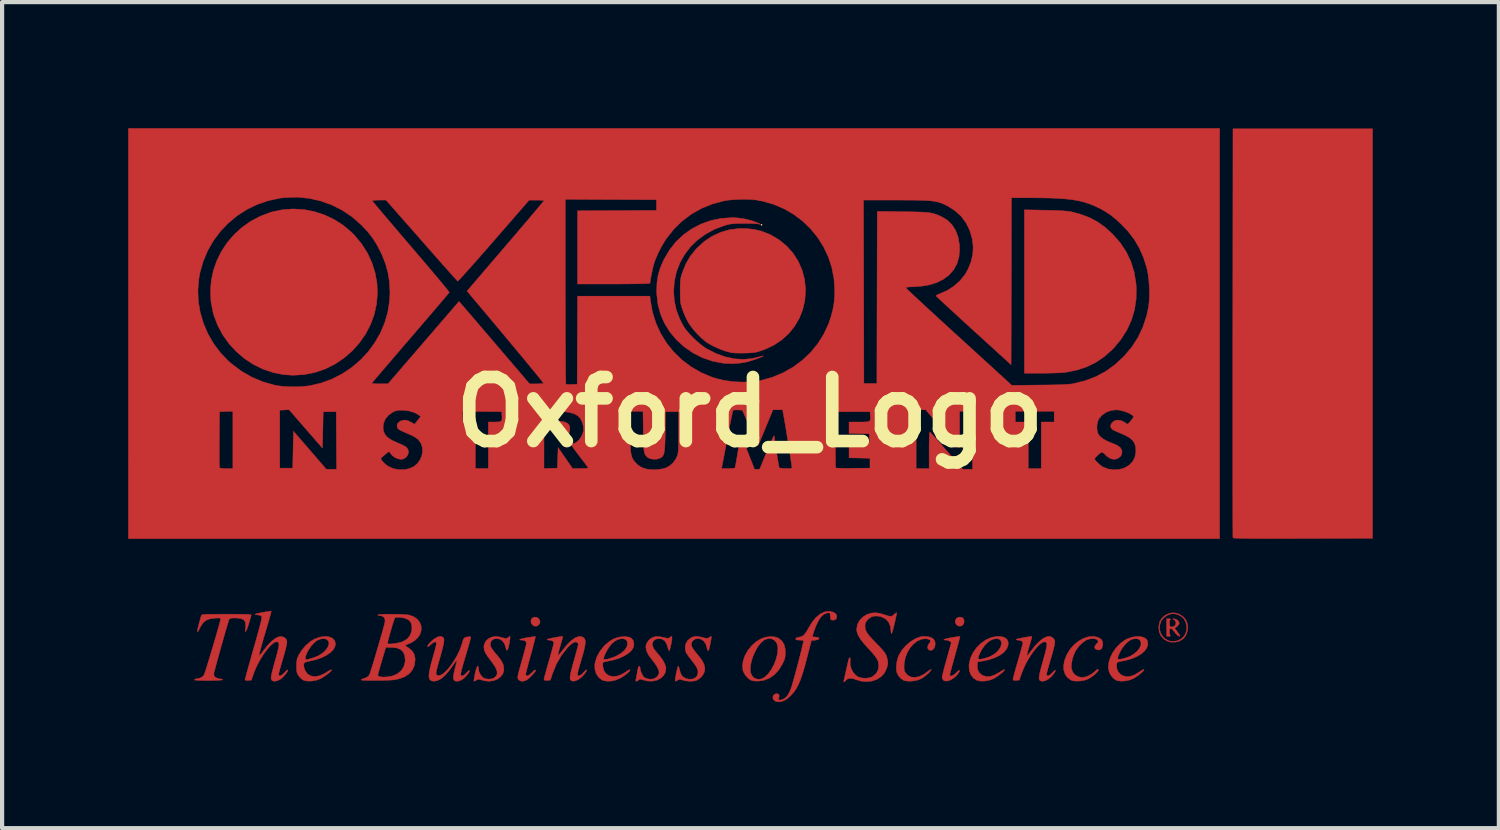
<source format=kicad_pcb>
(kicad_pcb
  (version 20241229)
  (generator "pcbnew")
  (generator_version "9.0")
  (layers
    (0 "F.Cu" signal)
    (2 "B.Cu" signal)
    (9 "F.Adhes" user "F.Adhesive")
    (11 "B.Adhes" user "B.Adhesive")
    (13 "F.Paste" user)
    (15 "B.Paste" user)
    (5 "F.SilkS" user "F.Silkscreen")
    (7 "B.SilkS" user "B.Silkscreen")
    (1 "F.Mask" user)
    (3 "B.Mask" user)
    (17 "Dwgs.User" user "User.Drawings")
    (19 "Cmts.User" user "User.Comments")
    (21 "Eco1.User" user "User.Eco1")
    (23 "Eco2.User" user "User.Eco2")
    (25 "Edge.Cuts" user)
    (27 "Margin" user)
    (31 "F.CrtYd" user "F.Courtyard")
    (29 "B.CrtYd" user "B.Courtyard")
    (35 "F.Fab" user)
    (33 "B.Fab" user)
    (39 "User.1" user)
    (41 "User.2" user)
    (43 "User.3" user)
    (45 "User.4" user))
  (footprint "Oxford_Logo"
    (layer "F.Cu")
    (at 14.791 6.754)
    (property "Reference" "Oxford_Logo" (at 0 0 0) (layer "F.SilkS") (effects (font (size 1.524 1.524) (thickness 0.3))))
    (attr through_hole)
    (fp_poly (pts (xy 5.056 4.889) (xy 5.09 4.93) (xy 5.098 4.981) (xy 5.084 5.041) (xy 5.047 5.08) (xy 4.998 5.096) (xy 4.945 5.083) (xy 4.917 5.062) (xy 4.887 5.011) (xy 4.887 4.958) (xy 4.912 4.911) (xy 4.96 4.882) (xy 4.998 4.876) (xy 5.056 4.889)) (stroke (width 0.01) (type solid)) (fill yes) (layer "F.Cu"))
    (fp_poly (pts (xy -5.08 4.881) (xy -5.031 4.907) (xy -5.022 4.916) (xy -4.993 4.973) (xy -4.999 5.026) (xy -5.026 5.062) (xy -5.077 5.094) (xy -5.131 5.09) (xy -5.171 5.065) (xy -5.203 5.019) (xy -5.21 4.964) (xy -5.191 4.913) (xy -5.184 4.904) (xy -5.136 4.879) (xy -5.08 4.881)) (stroke (width 0.01) (type solid)) (fill yes) (layer "F.Cu"))
    (fp_poly (pts (xy -4.435 0.227) (xy -4.366 0.252) (xy -4.316 0.287) (xy -4.301 0.306) (xy -4.284 0.368) (xy -4.286 0.441) (xy -4.301 0.495) (xy -4.336 0.543) (xy -4.393 0.574) (xy -4.477 0.593) (xy -4.483 0.593) (xy -4.572 0.604) (xy -4.572 0.218) (xy -4.508 0.218) (xy -4.435 0.227)) (stroke (width 0.01) (type solid)) (fill yes) (layer "F.Cu"))
    (fp_poly (pts (xy 14.814 3.003) (xy 13.158 3.007) (xy 12.864 3.008) (xy 12.605 3.008) (xy 12.379 3.009) (xy 12.183 3.008) (xy 12.016 3.008) (xy 11.877 3.007) (xy 11.762 3.005) (xy 11.67 3.004) (xy 11.599 3.001) (xy 11.548 2.999) (xy 11.515 2.996) (xy 11.497 2.992) (xy 11.493 2.989) (xy 11.492 2.969) (xy 11.491 2.915) (xy 11.491 2.827) (xy 11.49 2.707) (xy 11.49 2.557) (xy 11.489 2.378) (xy 11.489 2.172) (xy 11.489 1.94) (xy 11.488 1.683) (xy 11.488 1.404) (xy 11.488 1.104) (xy 11.488 0.783) (xy 11.488 0.444) (xy 11.488 0.089) (xy 11.488 -0.282) (xy 11.488 -0.667) (xy 11.488 -1.064) (xy 11.488 -1.472) (xy 11.489 -1.887) (xy 11.493 -6.74) (xy 14.814 -6.74) (xy 14.814 3.003)) (stroke (width 0.01) (type solid)) (fill yes) (layer "F.Cu"))
    (fp_poly (pts (xy 7.026 -4.803) (xy 7.196 -4.799) (xy 7.335 -4.794) (xy 7.447 -4.788) (xy 7.535 -4.781) (xy 7.605 -4.772) (xy 7.656 -4.763) (xy 7.888 -4.7) (xy 8.094 -4.62) (xy 8.28 -4.519) (xy 8.455 -4.393) (xy 8.626 -4.238) (xy 8.636 -4.227) (xy 8.812 -4.026) (xy 8.954 -3.812) (xy 9.063 -3.583) (xy 9.139 -3.34) (xy 9.184 -3.079) (xy 9.193 -2.957) (xy 9.189 -2.692) (xy 9.151 -2.435) (xy 9.077 -2.189) (xy 8.97 -1.954) (xy 8.83 -1.732) (xy 8.657 -1.525) (xy 8.619 -1.486) (xy 8.432 -1.319) (xy 8.233 -1.184) (xy 8.017 -1.078) (xy 7.781 -1) (xy 7.523 -0.948) (xy 7.503 -0.945) (xy 7.443 -0.939) (xy 7.354 -0.934) (xy 7.245 -0.93) (xy 7.122 -0.927) (xy 6.993 -0.925) (xy 6.947 -0.925) (xy 6.531 -0.925) (xy 6.531 -4.812) (xy 7.026 -4.803)) (stroke (width 0.01) (type solid)) (fill yes) (layer "F.Cu"))
    (fp_poly (pts (xy 10.002 4.92) (xy 10.006 4.932) (xy 9.998 4.943) (xy 9.985 4.977) (xy 9.981 5.028) (xy 9.982 5.038) (xy 9.989 5.084) (xy 10.007 5.106) (xy 10.034 5.113) (xy 10.084 5.104) (xy 10.119 5.073) (xy 10.135 5.029) (xy 10.131 4.983) (xy 10.102 4.946) (xy 10.082 4.935) (xy 10.056 4.924) (xy 10.063 4.919) (xy 10.092 4.918) (xy 10.144 4.931) (xy 10.189 4.966) (xy 10.213 5.011) (xy 10.214 5.024) (xy 10.201 5.058) (xy 10.168 5.095) (xy 10.16 5.102) (xy 10.106 5.144) (xy 10.178 5.239) (xy 10.215 5.29) (xy 10.232 5.319) (xy 10.229 5.332) (xy 10.215 5.334) (xy 10.183 5.319) (xy 10.139 5.277) (xy 10.104 5.234) (xy 10.063 5.185) (xy 10.029 5.151) (xy 10.008 5.14) (xy 10.008 5.14) (xy 9.992 5.161) (xy 9.983 5.204) (xy 9.983 5.254) (xy 9.991 5.296) (xy 9.998 5.308) (xy 10.007 5.326) (xy 9.989 5.333) (xy 9.967 5.334) (xy 9.915 5.334) (xy 9.915 4.917) (xy 9.967 4.917) (xy 10.002 4.92)) (stroke (width 0.01) (type solid)) (fill yes) (layer "F.Cu"))
    (fp_poly (pts (xy -10.613 -4.818) (xy -10.364 -4.77) (xy -10.121 -4.691) (xy -9.89 -4.581) (xy -9.673 -4.443) (xy -9.475 -4.275) (xy -9.41 -4.21) (xy -9.238 -4.002) (xy -9.098 -3.782) (xy -8.991 -3.55) (xy -8.916 -3.31) (xy -8.872 -3.066) (xy -8.862 -2.819) (xy -8.883 -2.573) (xy -8.936 -2.33) (xy -9.021 -2.093) (xy -9.138 -1.866) (xy -9.288 -1.65) (xy -9.45 -1.467) (xy -9.653 -1.289) (xy -9.873 -1.142) (xy -10.106 -1.025) (xy -10.352 -0.942) (xy -10.606 -0.892) (xy -10.866 -0.876) (xy -11.094 -0.891) (xy -11.345 -0.941) (xy -11.586 -1.023) (xy -11.815 -1.135) (xy -12.028 -1.276) (xy -12.222 -1.442) (xy -12.394 -1.63) (xy -12.543 -1.839) (xy -12.663 -2.065) (xy -12.754 -2.306) (xy -12.773 -2.375) (xy -12.821 -2.629) (xy -12.834 -2.881) (xy -12.814 -3.13) (xy -12.763 -3.372) (xy -12.681 -3.605) (xy -12.572 -3.826) (xy -12.435 -4.032) (xy -12.273 -4.221) (xy -12.088 -4.39) (xy -11.881 -4.537) (xy -11.653 -4.658) (xy -11.407 -4.751) (xy -11.37 -4.762) (xy -11.12 -4.815) (xy -10.867 -4.833) (xy -10.613 -4.818)) (stroke (width 0.01) (type solid)) (fill yes) (layer "F.Cu"))
    (fp_poly (pts (xy 10.19 4.8) (xy 10.226 4.815) (xy 10.317 4.876) (xy 10.381 4.96) (xy 10.414 5.061) (xy 10.419 5.122) (xy 10.406 5.219) (xy 10.372 5.31) (xy 10.321 5.383) (xy 10.311 5.392) (xy 10.229 5.444) (xy 10.13 5.472) (xy 10.026 5.474) (xy 9.951 5.457) (xy 9.853 5.405) (xy 9.782 5.33) (xy 9.739 5.234) (xy 9.733 5.175) (xy 9.749 5.175) (xy 9.775 5.265) (xy 9.824 5.343) (xy 9.892 5.404) (xy 9.974 5.445) (xy 10.067 5.459) (xy 10.165 5.443) (xy 10.192 5.433) (xy 10.271 5.391) (xy 10.327 5.334) (xy 10.362 5.276) (xy 10.389 5.187) (xy 10.391 5.091) (xy 10.369 4.998) (xy 10.326 4.917) (xy 10.276 4.868) (xy 10.193 4.823) (xy 10.107 4.799) (xy 10.031 4.799) (xy 10.028 4.799) (xy 9.93 4.834) (xy 9.846 4.892) (xy 9.787 4.965) (xy 9.781 4.977) (xy 9.749 5.077) (xy 9.749 5.175) (xy 9.733 5.175) (xy 9.727 5.12) (xy 9.728 5.099) (xy 9.749 4.99) (xy 9.798 4.905) (xy 9.876 4.838) (xy 9.914 4.817) (xy 10.008 4.781) (xy 10.096 4.776) (xy 10.19 4.8)) (stroke (width 0.01) (type solid)) (fill yes) (layer "F.Cu"))
    (fp_poly (pts (xy 4.999 5.338) (xy 4.996 5.356) (xy 4.984 5.404) (xy 4.964 5.478) (xy 4.939 5.573) (xy 4.908 5.684) (xy 4.879 5.788) (xy 4.845 5.91) (xy 4.815 6.02) (xy 4.789 6.115) (xy 4.769 6.19) (xy 4.757 6.238) (xy 4.754 6.255) (xy 4.765 6.277) (xy 4.796 6.278) (xy 4.839 6.259) (xy 4.886 6.224) (xy 4.907 6.203) (xy 4.95 6.161) (xy 4.979 6.143) (xy 4.989 6.15) (xy 4.978 6.182) (xy 4.967 6.201) (xy 4.915 6.27) (xy 4.85 6.327) (xy 4.779 6.37) (xy 4.709 6.395) (xy 4.648 6.399) (xy 4.603 6.378) (xy 4.602 6.378) (xy 4.578 6.337) (xy 4.572 6.308) (xy 4.577 6.279) (xy 4.59 6.222) (xy 4.611 6.14) (xy 4.637 6.041) (xy 4.668 5.93) (xy 4.681 5.882) (xy 4.713 5.77) (xy 4.74 5.67) (xy 4.763 5.587) (xy 4.78 5.526) (xy 4.789 5.493) (xy 4.79 5.489) (xy 4.774 5.463) (xy 4.735 5.44) (xy 4.685 5.426) (xy 4.667 5.425) (xy 4.623 5.422) (xy 4.613 5.414) (xy 4.634 5.403) (xy 4.683 5.388) (xy 4.759 5.372) (xy 4.815 5.362) (xy 4.89 5.35) (xy 4.952 5.342) (xy 4.99 5.338) (xy 4.999 5.338)) (stroke (width 0.01) (type solid)) (fill yes) (layer "F.Cu"))
    (fp_poly (pts (xy -5.102 5.342) (xy -5.105 5.361) (xy -5.116 5.41) (xy -5.135 5.484) (xy -5.16 5.579) (xy -5.189 5.689) (xy -5.214 5.778) (xy -5.248 5.898) (xy -5.277 6.009) (xy -5.302 6.104) (xy -5.321 6.178) (xy -5.332 6.226) (xy -5.334 6.242) (xy -5.323 6.272) (xy -5.293 6.276) (xy -5.25 6.255) (xy -5.199 6.21) (xy -5.194 6.205) (xy -5.144 6.156) (xy -5.113 6.135) (xy -5.1 6.14) (xy -5.098 6.151) (xy -5.111 6.176) (xy -5.143 6.217) (xy -5.188 6.265) (xy -5.237 6.314) (xy -5.284 6.354) (xy -5.319 6.379) (xy -5.391 6.403) (xy -5.455 6.399) (xy -5.502 6.368) (xy -5.508 6.359) (xy -5.517 6.343) (xy -5.522 6.324) (xy -5.522 6.299) (xy -5.517 6.261) (xy -5.505 6.207) (xy -5.485 6.131) (xy -5.456 6.029) (xy -5.427 5.923) (xy -5.394 5.808) (xy -5.366 5.704) (xy -5.343 5.615) (xy -5.326 5.548) (xy -5.317 5.508) (xy -5.316 5.5) (xy -5.331 5.455) (xy -5.375 5.43) (xy -5.419 5.425) (xy -5.466 5.422) (xy -5.479 5.414) (xy -5.461 5.403) (xy -5.412 5.389) (xy -5.336 5.373) (xy -5.295 5.365) (xy -5.218 5.353) (xy -5.155 5.344) (xy -5.114 5.341) (xy -5.102 5.342)) (stroke (width 0.01) (type solid)) (fill yes) (layer "F.Cu"))
    (fp_poly (pts (xy 0.586 5.347) (xy 0.672 5.375) (xy 0.694 5.388) (xy 0.768 5.454) (xy 0.815 5.534) (xy 0.839 5.636) (xy 0.843 5.717) (xy 0.841 5.793) (xy 0.832 5.852) (xy 0.813 5.91) (xy 0.779 5.983) (xy 0.776 5.989) (xy 0.689 6.132) (xy 0.584 6.247) (xy 0.464 6.331) (xy 0.331 6.382) (xy 0.209 6.4) (xy 0.118 6.399) (xy 0.048 6.388) (xy 0.027 6.38) (xy -0.041 6.334) (xy -0.104 6.265) (xy -0.15 6.186) (xy -0.164 6.149) (xy 0.009 6.149) (xy 0.018 6.203) (xy 0.055 6.281) (xy 0.112 6.333) (xy 0.185 6.357) (xy 0.265 6.351) (xy 0.346 6.313) (xy 0.347 6.312) (xy 0.431 6.234) (xy 0.508 6.129) (xy 0.574 6.007) (xy 0.625 5.875) (xy 0.657 5.744) (xy 0.666 5.621) (xy 0.662 5.571) (xy 0.634 5.487) (xy 0.583 5.427) (xy 0.514 5.393) (xy 0.435 5.388) (xy 0.351 5.416) (xy 0.334 5.426) (xy 0.262 5.487) (xy 0.192 5.576) (xy 0.129 5.685) (xy 0.076 5.804) (xy 0.036 5.927) (xy 0.013 6.044) (xy 0.009 6.149) (xy -0.164 6.149) (xy -0.164 6.147) (xy -0.177 6.034) (xy -0.159 5.913) (xy -0.115 5.789) (xy -0.048 5.67) (xy 0.04 5.561) (xy 0.143 5.467) (xy 0.26 5.396) (xy 0.268 5.392) (xy 0.374 5.356) (xy 0.483 5.341) (xy 0.586 5.347)) (stroke (width 0.01) (type solid)) (fill yes) (layer "F.Cu"))
    (fp_poly (pts (xy 4.261 5.348) (xy 4.332 5.374) (xy 4.366 5.398) (xy 4.398 5.448) (xy 4.409 5.506) (xy 4.403 5.565) (xy 4.382 5.618) (xy 4.348 5.655) (xy 4.306 5.671) (xy 4.264 5.661) (xy 4.234 5.627) (xy 4.229 5.578) (xy 4.25 5.525) (xy 4.268 5.502) (xy 4.295 5.459) (xy 4.288 5.425) (xy 4.247 5.402) (xy 4.183 5.392) (xy 4.083 5.403) (xy 3.985 5.445) (xy 3.893 5.515) (xy 3.813 5.606) (xy 3.746 5.716) (xy 3.698 5.839) (xy 3.672 5.97) (xy 3.67 6.004) (xy 3.668 6.08) (xy 3.672 6.133) (xy 3.684 6.172) (xy 3.7 6.201) (xy 3.761 6.267) (xy 3.839 6.304) (xy 3.93 6.312) (xy 4.029 6.292) (xy 4.132 6.243) (xy 4.202 6.193) (xy 4.253 6.155) (xy 4.292 6.129) (xy 4.313 6.122) (xy 4.314 6.122) (xy 4.31 6.141) (xy 4.283 6.175) (xy 4.24 6.219) (xy 4.187 6.265) (xy 4.131 6.307) (xy 4.079 6.341) (xy 4.076 6.342) (xy 3.995 6.375) (xy 3.898 6.395) (xy 3.799 6.403) (xy 3.71 6.396) (xy 3.655 6.38) (xy 3.586 6.333) (xy 3.528 6.264) (xy 3.494 6.188) (xy 3.491 6.175) (xy 3.483 6.066) (xy 3.496 5.945) (xy 3.527 5.829) (xy 3.546 5.782) (xy 3.616 5.665) (xy 3.709 5.557) (xy 3.818 5.464) (xy 3.934 5.392) (xy 4.05 5.348) (xy 4.086 5.34) (xy 4.175 5.336) (xy 4.261 5.348)) (stroke (width 0.01) (type solid)) (fill yes) (layer "F.Cu"))
    (fp_poly (pts (xy -0.101 -4.367) (xy 0.089 -4.348) (xy 0.261 -4.309) (xy 0.428 -4.247) (xy 0.508 -4.209) (xy 0.706 -4.09) (xy 0.88 -3.945) (xy 1.028 -3.778) (xy 1.148 -3.59) (xy 1.239 -3.387) (xy 1.298 -3.169) (xy 1.323 -2.94) (xy 1.324 -2.885) (xy 1.307 -2.654) (xy 1.256 -2.435) (xy 1.174 -2.229) (xy 1.062 -2.039) (xy 0.923 -1.867) (xy 0.757 -1.717) (xy 0.568 -1.591) (xy 0.357 -1.492) (xy 0.29 -1.468) (xy 0.214 -1.443) (xy 0.15 -1.426) (xy 0.086 -1.415) (xy 0.013 -1.409) (xy -0.082 -1.405) (xy -0.127 -1.404) (xy -0.226 -1.403) (xy -0.319 -1.405) (xy -0.396 -1.409) (xy -0.448 -1.415) (xy -0.452 -1.416) (xy -0.581 -1.45) (xy -0.72 -1.501) (xy -0.856 -1.562) (xy -0.979 -1.628) (xy -1.052 -1.677) (xy -1.146 -1.756) (xy -1.245 -1.853) (xy -1.34 -1.959) (xy -1.42 -2.063) (xy -1.456 -2.117) (xy -1.502 -2.202) (xy -1.549 -2.304) (xy -1.59 -2.404) (xy -1.6 -2.431) (xy -1.623 -2.499) (xy -1.639 -2.554) (xy -1.649 -2.606) (xy -1.655 -2.663) (xy -1.658 -2.735) (xy -1.659 -2.83) (xy -1.659 -2.885) (xy -1.659 -2.993) (xy -1.657 -3.075) (xy -1.653 -3.138) (xy -1.644 -3.191) (xy -1.631 -3.243) (xy -1.612 -3.304) (xy -1.6 -3.338) (xy -1.521 -3.531) (xy -1.423 -3.7) (xy -1.299 -3.857) (xy -1.263 -3.897) (xy -1.089 -4.057) (xy -0.898 -4.184) (xy -0.693 -4.279) (xy -0.475 -4.341) (xy -0.246 -4.368) (xy -0.101 -4.367)) (stroke (width 0.01) (type solid)) (fill yes) (layer "F.Cu"))
    (fp_poly (pts (xy 8.275 5.357) (xy 8.279 5.359) (xy 8.351 5.399) (xy 8.389 5.454) (xy 8.397 5.525) (xy 8.394 5.543) (xy 8.376 5.611) (xy 8.343 5.649) (xy 8.294 5.661) (xy 8.293 5.661) (xy 8.236 5.649) (xy 8.206 5.617) (xy 8.206 5.573) (xy 8.238 5.523) (xy 8.246 5.515) (xy 8.281 5.479) (xy 8.288 5.453) (xy 8.271 5.426) (xy 8.263 5.417) (xy 8.219 5.396) (xy 8.155 5.389) (xy 8.082 5.397) (xy 8.011 5.42) (xy 8.001 5.425) (xy 7.918 5.481) (xy 7.835 5.562) (xy 7.764 5.656) (xy 7.74 5.696) (xy 7.701 5.785) (xy 7.67 5.885) (xy 7.651 5.985) (xy 7.647 6.071) (xy 7.649 6.096) (xy 7.68 6.186) (xy 7.739 6.255) (xy 7.819 6.299) (xy 7.914 6.314) (xy 7.983 6.301) (xy 8.064 6.27) (xy 8.142 6.225) (xy 8.205 6.174) (xy 8.209 6.171) (xy 8.253 6.128) (xy 8.28 6.116) (xy 8.291 6.133) (xy 8.291 6.14) (xy 8.277 6.168) (xy 8.24 6.209) (xy 8.186 6.256) (xy 8.125 6.302) (xy 8.063 6.341) (xy 8.04 6.353) (xy 7.963 6.38) (xy 7.87 6.397) (xy 7.776 6.401) (xy 7.693 6.394) (xy 7.647 6.38) (xy 7.562 6.322) (xy 7.502 6.242) (xy 7.469 6.143) (xy 7.464 6.03) (xy 7.487 5.905) (xy 7.539 5.773) (xy 7.542 5.768) (xy 7.618 5.643) (xy 7.713 5.536) (xy 7.82 5.449) (xy 7.934 5.385) (xy 8.052 5.347) (xy 8.167 5.336) (xy 8.275 5.357)) (stroke (width 0.01) (type solid)) (fill yes) (layer "F.Cu"))
    (fp_poly (pts (xy 5.971 5.339) (xy 6.056 5.361) (xy 6.114 5.404) (xy 6.144 5.467) (xy 6.145 5.535) (xy 6.115 5.624) (xy 6.052 5.706) (xy 5.958 5.779) (xy 5.836 5.841) (xy 5.688 5.891) (xy 5.543 5.922) (xy 5.416 5.944) (xy 5.411 6.034) (xy 5.42 6.129) (xy 5.459 6.205) (xy 5.528 6.26) (xy 5.539 6.265) (xy 5.626 6.292) (xy 5.718 6.29) (xy 5.818 6.257) (xy 5.931 6.194) (xy 5.941 6.188) (xy 5.995 6.154) (xy 6.037 6.131) (xy 6.058 6.125) (xy 6.059 6.126) (xy 6.054 6.144) (xy 6.025 6.176) (xy 5.979 6.217) (xy 5.922 6.261) (xy 5.863 6.303) (xy 5.806 6.337) (xy 5.792 6.344) (xy 5.698 6.379) (xy 5.596 6.398) (xy 5.498 6.401) (xy 5.415 6.387) (xy 5.397 6.38) (xy 5.314 6.324) (xy 5.254 6.242) (xy 5.219 6.141) (xy 5.212 6.025) (xy 5.214 6.001) (xy 5.245 5.863) (xy 5.25 5.851) (xy 5.43 5.851) (xy 5.439 5.876) (xy 5.473 5.882) (xy 5.534 5.872) (xy 5.551 5.868) (xy 5.626 5.847) (xy 5.7 5.821) (xy 5.738 5.804) (xy 5.836 5.743) (xy 5.913 5.67) (xy 5.965 5.59) (xy 5.987 5.511) (xy 5.987 5.499) (xy 5.973 5.438) (xy 5.932 5.401) (xy 5.866 5.388) (xy 5.774 5.406) (xy 5.684 5.456) (xy 5.598 5.536) (xy 5.521 5.641) (xy 5.476 5.726) (xy 5.443 5.802) (xy 5.43 5.851) (xy 5.25 5.851) (xy 5.305 5.73) (xy 5.391 5.609) (xy 5.495 5.504) (xy 5.614 5.42) (xy 5.743 5.363) (xy 5.861 5.339) (xy 5.971 5.339)) (stroke (width 0.01) (type solid)) (fill yes) (layer "F.Cu"))
    (fp_poly (pts (xy 9.359 5.357) (xy 9.422 5.391) (xy 9.459 5.443) (xy 9.459 5.445) (xy 9.469 5.525) (xy 9.446 5.604) (xy 9.393 5.681) (xy 9.312 5.752) (xy 9.208 5.815) (xy 9.082 5.868) (xy 8.939 5.908) (xy 8.878 5.92) (xy 8.807 5.933) (xy 8.764 5.944) (xy 8.741 5.958) (xy 8.73 5.979) (xy 8.726 5.997) (xy 8.725 6.088) (xy 8.757 6.171) (xy 8.814 6.237) (xy 8.86 6.266) (xy 8.949 6.293) (xy 9.042 6.29) (xy 9.143 6.256) (xy 9.255 6.19) (xy 9.275 6.176) (xy 9.324 6.144) (xy 9.361 6.125) (xy 9.377 6.124) (xy 9.373 6.143) (xy 9.344 6.175) (xy 9.298 6.217) (xy 9.242 6.262) (xy 9.181 6.304) (xy 9.123 6.338) (xy 9.112 6.344) (xy 9.018 6.379) (xy 8.916 6.398) (xy 8.818 6.401) (xy 8.735 6.387) (xy 8.717 6.38) (xy 8.647 6.332) (xy 8.587 6.26) (xy 8.545 6.177) (xy 8.545 6.175) (xy 8.528 6.07) (xy 8.54 5.954) (xy 8.572 5.851) (xy 8.75 5.851) (xy 8.759 5.876) (xy 8.793 5.882) (xy 8.854 5.872) (xy 8.871 5.868) (xy 8.945 5.847) (xy 9.016 5.822) (xy 9.053 5.806) (xy 9.147 5.747) (xy 9.222 5.68) (xy 9.275 5.609) (xy 9.304 5.538) (xy 9.304 5.473) (xy 9.277 5.422) (xy 9.231 5.396) (xy 9.166 5.39) (xy 9.092 5.405) (xy 9.061 5.417) (xy 8.99 5.466) (xy 8.916 5.54) (xy 8.848 5.632) (xy 8.796 5.726) (xy 8.763 5.802) (xy 8.75 5.851) (xy 8.572 5.851) (xy 8.578 5.833) (xy 8.638 5.714) (xy 8.718 5.602) (xy 8.814 5.504) (xy 8.922 5.425) (xy 8.974 5.397) (xy 9.077 5.359) (xy 9.18 5.34) (xy 9.276 5.339) (xy 9.359 5.357)) (stroke (width 0.01) (type solid)) (fill yes) (layer "F.Cu"))
    (fp_poly (pts (xy -2.863 5.358) (xy -2.818 5.381) (xy -2.777 5.433) (xy -2.759 5.503) (xy -2.767 5.581) (xy -2.777 5.609) (xy -2.822 5.677) (xy -2.898 5.744) (xy -2.998 5.805) (xy -3.117 5.858) (xy -3.248 5.898) (xy -3.283 5.906) (xy -3.355 5.921) (xy -3.419 5.934) (xy -3.46 5.943) (xy -3.463 5.944) (xy -3.487 5.952) (xy -3.499 5.969) (xy -3.501 6.005) (xy -3.498 6.052) (xy -3.475 6.147) (xy -3.426 6.22) (xy -3.356 6.269) (xy -3.27 6.291) (xy -3.172 6.285) (xy -3.075 6.252) (xy -3.009 6.217) (xy -2.945 6.178) (xy -2.921 6.161) (xy -2.881 6.135) (xy -2.855 6.129) (xy -2.851 6.133) (xy -2.86 6.158) (xy -2.895 6.195) (xy -2.948 6.24) (xy -3.015 6.287) (xy -3.087 6.331) (xy -3.092 6.334) (xy -3.195 6.377) (xy -3.303 6.4) (xy -3.406 6.402) (xy -3.495 6.384) (xy -3.52 6.372) (xy -3.601 6.308) (xy -3.658 6.22) (xy -3.688 6.115) (xy -3.689 5.998) (xy -3.683 5.961) (xy -3.648 5.849) (xy -3.477 5.849) (xy -3.475 5.878) (xy -3.45 5.886) (xy -3.401 5.88) (xy -3.334 5.863) (xy -3.257 5.837) (xy -3.178 5.804) (xy -3.162 5.796) (xy -3.06 5.735) (xy -2.983 5.667) (xy -2.932 5.594) (xy -2.911 5.521) (xy -2.922 5.453) (xy -2.924 5.448) (xy -2.962 5.407) (xy -3.019 5.39) (xy -3.088 5.395) (xy -3.163 5.42) (xy -3.237 5.466) (xy -3.296 5.52) (xy -3.345 5.584) (xy -3.392 5.656) (xy -3.432 5.73) (xy -3.462 5.797) (xy -3.477 5.849) (xy -3.648 5.849) (xy -3.638 5.819) (xy -3.563 5.683) (xy -3.464 5.56) (xy -3.346 5.458) (xy -3.235 5.393) (xy -3.14 5.36) (xy -3.04 5.343) (xy -2.944 5.342) (xy -2.863 5.358)) (stroke (width 0.01) (type solid)) (fill yes) (layer "F.Cu"))
    (fp_poly (pts (xy -5.704 5.359) (xy -5.709 5.407) (xy -5.719 5.474) (xy -5.727 5.514) (xy -5.746 5.601) (xy -5.764 5.653) (xy -5.781 5.67) (xy -5.796 5.652) (xy -5.807 5.605) (xy -5.836 5.514) (xy -5.886 5.444) (xy -5.952 5.401) (xy -6.018 5.388) (xy -6.091 5.398) (xy -6.14 5.43) (xy -6.167 5.475) (xy -6.178 5.518) (xy -6.173 5.562) (xy -6.148 5.614) (xy -6.102 5.679) (xy -6.056 5.736) (xy -5.985 5.821) (xy -5.935 5.887) (xy -5.901 5.94) (xy -5.878 5.987) (xy -5.862 6.035) (xy -5.86 6.046) (xy -5.852 6.138) (xy -5.876 6.222) (xy -5.927 6.293) (xy -5.999 6.349) (xy -6.089 6.387) (xy -6.191 6.403) (xy -6.301 6.395) (xy -6.367 6.378) (xy -6.423 6.361) (xy -6.458 6.356) (xy -6.485 6.364) (xy -6.504 6.376) (xy -6.544 6.399) (xy -6.563 6.401) (xy -6.567 6.382) (xy -6.563 6.354) (xy -6.553 6.301) (xy -6.54 6.233) (xy -6.535 6.206) (xy -6.516 6.129) (xy -6.497 6.075) (xy -6.48 6.046) (xy -6.467 6.045) (xy -6.46 6.076) (xy -6.459 6.099) (xy -6.444 6.18) (xy -6.404 6.258) (xy -6.348 6.318) (xy -6.348 6.319) (xy -6.286 6.345) (xy -6.209 6.354) (xy -6.133 6.345) (xy -6.087 6.325) (xy -6.037 6.28) (xy -6.013 6.227) (xy -6.017 6.163) (xy -6.047 6.085) (xy -6.107 5.99) (xy -6.168 5.909) (xy -6.244 5.807) (xy -6.294 5.723) (xy -6.322 5.651) (xy -6.329 5.585) (xy -6.325 5.546) (xy -6.292 5.461) (xy -6.23 5.397) (xy -6.16 5.361) (xy -6.098 5.343) (xy -6.035 5.339) (xy -5.96 5.349) (xy -5.875 5.371) (xy -5.821 5.385) (xy -5.789 5.385) (xy -5.764 5.372) (xy -5.752 5.362) (xy -5.722 5.341) (xy -5.705 5.338) (xy -5.704 5.359)) (stroke (width 0.01) (type solid)) (fill yes) (layer "F.Cu"))
    (fp_poly (pts (xy -1.856 5.343) (xy -1.853 5.379) (xy -1.856 5.411) (xy -1.87 5.497) (xy -1.886 5.574) (xy -1.901 5.634) (xy -1.915 5.671) (xy -1.923 5.679) (xy -1.935 5.663) (xy -1.947 5.623) (xy -1.95 5.611) (xy -1.981 5.51) (xy -2.029 5.439) (xy -2.096 5.399) (xy -2.169 5.388) (xy -2.242 5.403) (xy -2.293 5.441) (xy -2.319 5.497) (xy -2.316 5.564) (xy -2.283 5.635) (xy -2.281 5.637) (xy -2.248 5.68) (xy -2.201 5.738) (xy -2.155 5.792) (xy -2.085 5.883) (xy -2.033 5.974) (xy -2.002 6.055) (xy -1.996 6.099) (xy -2.012 6.193) (xy -2.057 6.272) (xy -2.126 6.335) (xy -2.215 6.379) (xy -2.317 6.401) (xy -2.429 6.399) (xy -2.529 6.375) (xy -2.581 6.359) (xy -2.612 6.355) (xy -2.635 6.365) (xy -2.647 6.375) (xy -2.684 6.4) (xy -2.71 6.401) (xy -2.716 6.38) (xy -2.715 6.373) (xy -2.707 6.339) (xy -2.696 6.282) (xy -2.685 6.223) (xy -2.673 6.157) (xy -2.663 6.102) (xy -2.656 6.073) (xy -2.639 6.045) (xy -2.623 6.048) (xy -2.613 6.081) (xy -2.612 6.091) (xy -2.602 6.148) (xy -2.578 6.214) (xy -2.546 6.274) (xy -2.516 6.311) (xy -2.46 6.34) (xy -2.386 6.354) (xy -2.312 6.352) (xy -2.295 6.348) (xy -2.231 6.315) (xy -2.183 6.264) (xy -2.16 6.203) (xy -2.159 6.189) (xy -2.173 6.131) (xy -2.21 6.055) (xy -2.269 5.966) (xy -2.329 5.891) (xy -2.412 5.778) (xy -2.461 5.677) (xy -2.477 5.586) (xy -2.459 5.504) (xy -2.408 5.43) (xy -2.386 5.409) (xy -2.316 5.362) (xy -2.239 5.34) (xy -2.146 5.343) (xy -2.063 5.36) (xy -1.997 5.376) (xy -1.956 5.382) (xy -1.93 5.379) (xy -1.91 5.366) (xy -1.907 5.363) (xy -1.873 5.338) (xy -1.856 5.343)) (stroke (width 0.01) (type solid)) (fill yes) (layer "F.Cu"))
    (fp_poly (pts (xy -0.276 -4.618) (xy -0.124 -4.595) (xy 0.022 -4.56) (xy 0.151 -4.516) (xy 0.184 -4.502) (xy 0.263 -4.464) (xy 0.191 -4.477) (xy 0.147 -4.482) (xy 0.075 -4.485) (xy -0.015 -4.488) (xy -0.117 -4.489) (xy -0.163 -4.489) (xy -0.277 -4.487) (xy -0.363 -4.484) (xy -0.431 -4.478) (xy -0.491 -4.469) (xy -0.552 -4.454) (xy -0.607 -4.438) (xy -0.841 -4.35) (xy -1.055 -4.234) (xy -1.246 -4.095) (xy -1.413 -3.933) (xy -1.553 -3.751) (xy -1.665 -3.551) (xy -1.747 -3.337) (xy -1.797 -3.11) (xy -1.814 -2.876) (xy -1.798 -2.647) (xy -1.749 -2.425) (xy -1.665 -2.206) (xy -1.575 -2.035) (xy -1.518 -1.953) (xy -1.437 -1.858) (xy -1.342 -1.76) (xy -1.239 -1.665) (xy -1.136 -1.58) (xy -1.042 -1.514) (xy -1.024 -1.504) (xy -0.805 -1.393) (xy -0.585 -1.314) (xy -0.366 -1.268) (xy -0.152 -1.254) (xy 0.053 -1.274) (xy 0.154 -1.297) (xy 0.225 -1.315) (xy 0.281 -1.329) (xy 0.315 -1.336) (xy 0.322 -1.336) (xy 0.31 -1.326) (xy 0.271 -1.309) (xy 0.213 -1.286) (xy 0.142 -1.26) (xy 0.066 -1.235) (xy -0.006 -1.212) (xy -0.069 -1.194) (xy -0.091 -1.189) (xy -0.252 -1.163) (xy -0.426 -1.152) (xy -0.594 -1.158) (xy -0.635 -1.162) (xy -0.886 -1.211) (xy -1.126 -1.293) (xy -1.353 -1.408) (xy -1.562 -1.552) (xy -1.735 -1.708) (xy -1.899 -1.901) (xy -2.029 -2.108) (xy -2.125 -2.327) (xy -2.187 -2.559) (xy -2.216 -2.805) (xy -2.218 -2.894) (xy -2.21 -3.08) (xy -2.185 -3.248) (xy -2.139 -3.41) (xy -2.07 -3.578) (xy -2.041 -3.638) (xy -1.913 -3.856) (xy -1.759 -4.05) (xy -1.581 -4.219) (xy -1.382 -4.36) (xy -1.165 -4.473) (xy -0.932 -4.557) (xy -0.685 -4.608) (xy -0.427 -4.626) (xy -0.417 -4.626) (xy -0.276 -4.618)) (stroke (width 0.01) (type solid)) (fill yes) (layer "F.Cu"))
    (fp_poly (pts (xy -9.977 5.358) (xy -9.914 5.394) (xy -9.874 5.447) (xy -9.861 5.515) (xy -9.869 5.565) (xy -9.907 5.644) (xy -9.978 5.719) (xy -10.076 5.787) (xy -10.197 5.846) (xy -10.337 5.893) (xy -10.418 5.912) (xy -10.49 5.928) (xy -10.549 5.943) (xy -10.586 5.954) (xy -10.591 5.957) (xy -10.612 5.989) (xy -10.614 6.042) (xy -10.6 6.104) (xy -10.572 6.167) (xy -10.533 6.22) (xy -10.514 6.238) (xy -10.431 6.281) (xy -10.335 6.292) (xy -10.228 6.27) (xy -10.113 6.216) (xy -10.066 6.186) (xy -10.014 6.153) (xy -9.973 6.134) (xy -9.952 6.131) (xy -9.952 6.132) (xy -9.959 6.152) (xy -9.991 6.185) (xy -10.04 6.226) (xy -10.101 6.271) (xy -10.165 6.313) (xy -10.222 6.345) (xy -10.312 6.379) (xy -10.411 6.398) (xy -10.51 6.401) (xy -10.595 6.388) (xy -10.629 6.375) (xy -10.677 6.34) (xy -10.725 6.289) (xy -10.738 6.271) (xy -10.762 6.231) (xy -10.776 6.191) (xy -10.784 6.142) (xy -10.786 6.071) (xy -10.786 6.043) (xy -10.784 5.959) (xy -10.777 5.897) (xy -10.765 5.856) (xy -10.577 5.856) (xy -10.575 5.876) (xy -10.564 5.887) (xy -10.538 5.888) (xy -10.493 5.878) (xy -10.422 5.857) (xy -10.365 5.839) (xy -10.263 5.796) (xy -10.171 5.737) (xy -10.095 5.668) (xy -10.042 5.594) (xy -10.016 5.522) (xy -10.015 5.502) (xy -10.029 5.444) (xy -10.069 5.406) (xy -10.128 5.389) (xy -10.2 5.395) (xy -10.278 5.424) (xy -10.309 5.441) (xy -10.374 5.495) (xy -10.439 5.568) (xy -10.497 5.652) (xy -10.544 5.738) (xy -10.571 5.816) (xy -10.577 5.856) (xy -10.765 5.856) (xy -10.762 5.844) (xy -10.736 5.785) (xy -10.734 5.782) (xy -10.662 5.665) (xy -10.568 5.555) (xy -10.461 5.462) (xy -10.368 5.405) (xy -10.258 5.361) (xy -10.153 5.34) (xy -10.058 5.339) (xy -9.977 5.358)) (stroke (width 0.01) (type solid)) (fill yes) (layer "F.Cu"))
    (fp_poly (pts (xy -1.193 5.346) (xy -1.122 5.364) (xy -1.062 5.379) (xy -1.024 5.384) (xy -0.996 5.378) (xy -0.969 5.362) (xy -0.935 5.342) (xy -0.916 5.337) (xy -0.916 5.337) (xy -0.917 5.357) (xy -0.923 5.403) (xy -0.935 5.468) (xy -0.95 5.543) (xy -0.967 5.62) (xy -0.971 5.638) (xy -0.985 5.673) (xy -1 5.673) (xy -1.015 5.642) (xy -1.024 5.597) (xy -1.051 5.511) (xy -1.101 5.444) (xy -1.167 5.401) (xy -1.232 5.388) (xy -1.297 5.397) (xy -1.346 5.427) (xy -1.352 5.433) (xy -1.385 5.477) (xy -1.395 5.526) (xy -1.381 5.583) (xy -1.34 5.651) (xy -1.273 5.737) (xy -1.244 5.77) (xy -1.152 5.886) (xy -1.094 5.992) (xy -1.071 6.09) (xy -1.081 6.179) (xy -1.125 6.263) (xy -1.173 6.317) (xy -1.222 6.355) (xy -1.271 6.383) (xy -1.276 6.385) (xy -1.347 6.4) (xy -1.437 6.403) (xy -1.529 6.394) (xy -1.597 6.377) (xy -1.648 6.361) (xy -1.681 6.36) (xy -1.71 6.373) (xy -1.717 6.377) (xy -1.756 6.4) (xy -1.774 6.401) (xy -1.778 6.382) (xy -1.775 6.344) (xy -1.766 6.288) (xy -1.753 6.221) (xy -1.739 6.154) (xy -1.725 6.095) (xy -1.713 6.055) (xy -1.706 6.042) (xy -1.696 6.058) (xy -1.681 6.099) (xy -1.671 6.14) (xy -1.651 6.205) (xy -1.623 6.261) (xy -1.607 6.283) (xy -1.539 6.332) (xy -1.455 6.355) (xy -1.368 6.352) (xy -1.357 6.349) (xy -1.287 6.315) (xy -1.246 6.259) (xy -1.234 6.187) (xy -1.239 6.141) (xy -1.257 6.092) (xy -1.291 6.033) (xy -1.344 5.958) (xy -1.406 5.879) (xy -1.454 5.817) (xy -1.494 5.76) (xy -1.52 5.716) (xy -1.523 5.708) (xy -1.542 5.612) (xy -1.528 5.52) (xy -1.483 5.438) (xy -1.411 5.375) (xy -1.397 5.368) (xy -1.336 5.343) (xy -1.272 5.336) (xy -1.193 5.346)) (stroke (width 0.01) (type solid)) (fill yes) (layer "F.Cu"))
    (fp_poly (pts (xy 1.906 4.74) (xy 1.99 4.762) (xy 2.045 4.799) (xy 2.068 4.849) (xy 2.068 4.86) (xy 2.055 4.916) (xy 2.017 4.946) (xy 1.965 4.95) (xy 1.933 4.943) (xy 1.918 4.924) (xy 1.914 4.882) (xy 1.914 4.868) (xy 1.911 4.81) (xy 1.897 4.781) (xy 1.867 4.775) (xy 1.833 4.78) (xy 1.761 4.811) (xy 1.694 4.869) (xy 1.633 4.957) (xy 1.575 5.078) (xy 1.53 5.197) (xy 1.51 5.26) (xy 1.494 5.31) (xy 1.488 5.336) (xy 1.488 5.337) (xy 1.504 5.347) (xy 1.544 5.352) (xy 1.559 5.352) (xy 1.618 5.359) (xy 1.645 5.376) (xy 1.642 5.396) (xy 1.609 5.416) (xy 1.548 5.428) (xy 1.543 5.428) (xy 1.464 5.434) (xy 1.368 5.806) (xy 1.317 6) (xy 1.271 6.163) (xy 1.227 6.3) (xy 1.185 6.413) (xy 1.141 6.508) (xy 1.096 6.59) (xy 1.045 6.662) (xy 0.989 6.728) (xy 0.981 6.737) (xy 0.892 6.817) (xy 0.802 6.87) (xy 0.714 6.895) (xy 0.635 6.889) (xy 0.584 6.865) (xy 0.551 6.824) (xy 0.546 6.775) (xy 0.566 6.73) (xy 0.604 6.705) (xy 0.655 6.699) (xy 0.689 6.718) (xy 0.699 6.754) (xy 0.69 6.785) (xy 0.678 6.824) (xy 0.692 6.846) (xy 0.724 6.851) (xy 0.768 6.841) (xy 0.818 6.816) (xy 0.866 6.778) (xy 0.885 6.757) (xy 0.919 6.706) (xy 0.954 6.637) (xy 0.979 6.574) (xy 0.996 6.523) (xy 1.018 6.446) (xy 1.045 6.351) (xy 1.076 6.241) (xy 1.108 6.121) (xy 1.141 5.997) (xy 1.173 5.874) (xy 1.203 5.757) (xy 1.229 5.651) (xy 1.251 5.561) (xy 1.267 5.492) (xy 1.275 5.45) (xy 1.276 5.438) (xy 1.255 5.43) (xy 1.209 5.426) (xy 1.178 5.425) (xy 1.12 5.421) (xy 1.092 5.41) (xy 1.089 5.399) (xy 1.105 5.371) (xy 1.151 5.355) (xy 1.187 5.352) (xy 1.24 5.338) (xy 1.293 5.296) (xy 1.348 5.222) (xy 1.4 5.131) (xy 1.482 4.996) (xy 1.573 4.886) (xy 1.67 4.805) (xy 1.77 4.755) (xy 1.869 4.738) (xy 1.906 4.74)) (stroke (width 0.01) (type solid)) (fill yes) (layer "F.Cu"))
    (fp_poly (pts (xy -4.452 5.339) (xy -4.455 5.357) (xy -4.466 5.404) (xy -4.485 5.471) (xy -4.509 5.553) (xy -4.51 5.558) (xy -4.534 5.642) (xy -4.553 5.713) (xy -4.565 5.765) (xy -4.568 5.79) (xy -4.568 5.79) (xy -4.556 5.784) (xy -4.527 5.754) (xy -4.485 5.704) (xy -4.44 5.646) (xy -4.342 5.526) (xy -4.248 5.435) (xy -4.159 5.372) (xy -4.079 5.341) (xy -4.008 5.34) (xy -3.956 5.366) (xy -3.932 5.394) (xy -3.918 5.435) (xy -3.916 5.49) (xy -3.926 5.566) (xy -3.947 5.665) (xy -3.981 5.792) (xy -4.008 5.883) (xy -4.045 6.008) (xy -4.072 6.102) (xy -4.09 6.171) (xy -4.1 6.217) (xy -4.102 6.247) (xy -4.097 6.263) (xy -4.086 6.271) (xy -4.071 6.274) (xy -4.033 6.264) (xy -3.985 6.224) (xy -3.969 6.206) (xy -3.92 6.154) (xy -3.889 6.132) (xy -3.88 6.138) (xy -3.893 6.17) (xy -3.933 6.227) (xy -3.938 6.234) (xy -4.005 6.305) (xy -4.076 6.359) (xy -4.145 6.393) (xy -4.206 6.403) (xy -4.254 6.388) (xy -4.26 6.383) (xy -4.273 6.363) (xy -4.279 6.332) (xy -4.277 6.288) (xy -4.267 6.225) (xy -4.247 6.14) (xy -4.218 6.028) (xy -4.182 5.899) (xy -4.151 5.79) (xy -4.125 5.693) (xy -4.103 5.613) (xy -4.089 5.556) (xy -4.082 5.526) (xy -4.082 5.524) (xy -4.095 5.495) (xy -4.109 5.479) (xy -4.151 5.467) (xy -4.206 5.487) (xy -4.273 5.538) (xy -4.334 5.598) (xy -4.487 5.792) (xy -4.609 6.005) (xy -4.698 6.228) (xy -4.747 6.377) (xy -4.823 6.383) (xy -4.872 6.384) (xy -4.894 6.374) (xy -4.899 6.358) (xy -4.894 6.333) (xy -4.88 6.278) (xy -4.859 6.199) (xy -4.832 6.101) (xy -4.8 5.989) (xy -4.781 5.92) (xy -4.747 5.803) (xy -4.717 5.697) (xy -4.693 5.608) (xy -4.675 5.539) (xy -4.664 5.497) (xy -4.663 5.487) (xy -4.679 5.457) (xy -4.72 5.435) (xy -4.775 5.425) (xy -4.779 5.425) (xy -4.814 5.42) (xy -4.826 5.409) (xy -4.81 5.401) (xy -4.766 5.39) (xy -4.705 5.376) (xy -4.636 5.362) (xy -4.566 5.35) (xy -4.507 5.341) (xy -4.466 5.337) (xy -4.452 5.339)) (stroke (width 0.01) (type solid)) (fill yes) (layer "F.Cu"))
    (fp_poly (pts (xy 3.491 4.773) (xy 3.49 4.793) (xy 3.482 4.84) (xy 3.468 4.907) (xy 3.451 4.985) (xy 3.431 5.066) (xy 3.412 5.143) (xy 3.394 5.208) (xy 3.38 5.253) (xy 3.372 5.27) (xy 3.362 5.266) (xy 3.357 5.232) (xy 3.356 5.215) (xy 3.342 5.095) (xy 3.299 4.997) (xy 3.231 4.922) (xy 3.137 4.873) (xy 3.094 4.861) (xy 2.987 4.85) (xy 2.897 4.869) (xy 2.82 4.92) (xy 2.796 4.945) (xy 2.757 4.998) (xy 2.742 5.051) (xy 2.74 5.091) (xy 2.742 5.14) (xy 2.753 5.185) (xy 2.775 5.232) (xy 2.811 5.286) (xy 2.864 5.35) (xy 2.939 5.431) (xy 3.013 5.508) (xy 3.095 5.593) (xy 3.154 5.658) (xy 3.196 5.709) (xy 3.224 5.751) (xy 3.243 5.789) (xy 3.255 5.825) (xy 3.275 5.901) (xy 3.282 5.96) (xy 3.276 6.019) (xy 3.257 6.088) (xy 3.206 6.201) (xy 3.124 6.293) (xy 3.018 6.361) (xy 2.902 6.4) (xy 2.773 6.413) (xy 2.642 6.4) (xy 2.544 6.371) (xy 2.445 6.339) (xy 2.369 6.334) (xy 2.313 6.355) (xy 2.289 6.377) (xy 2.256 6.413) (xy 2.236 6.422) (xy 2.232 6.412) (xy 2.235 6.391) (xy 2.246 6.342) (xy 2.262 6.269) (xy 2.282 6.179) (xy 2.305 6.078) (xy 2.329 5.973) (xy 2.35 5.883) (xy 2.365 5.847) (xy 2.381 5.843) (xy 2.39 5.866) (xy 2.387 5.903) (xy 2.385 6.001) (xy 2.409 6.101) (xy 2.456 6.192) (xy 2.521 6.265) (xy 2.589 6.307) (xy 2.669 6.328) (xy 2.76 6.332) (xy 2.847 6.321) (xy 2.917 6.294) (xy 2.922 6.291) (xy 3.004 6.218) (xy 3.052 6.13) (xy 3.066 6.038) (xy 3.062 5.978) (xy 3.047 5.921) (xy 3.017 5.862) (xy 2.97 5.795) (xy 2.903 5.715) (xy 2.812 5.616) (xy 2.706 5.499) (xy 2.628 5.398) (xy 2.576 5.31) (xy 2.548 5.23) (xy 2.54 5.166) (xy 2.557 5.059) (xy 2.606 4.962) (xy 2.682 4.88) (xy 2.781 4.818) (xy 2.807 4.808) (xy 2.899 4.781) (xy 2.987 4.774) (xy 3.083 4.787) (xy 3.186 4.817) (xy 3.268 4.843) (xy 3.324 4.857) (xy 3.363 4.858) (xy 3.394 4.846) (xy 3.425 4.82) (xy 3.432 4.814) (xy 3.466 4.785) (xy 3.488 4.772) (xy 3.491 4.773)) (stroke (width 0.01) (type solid)) (fill yes) (layer "F.Cu"))
    (fp_poly (pts (xy 7.167 5.347) (xy 7.213 5.379) (xy 7.215 5.381) (xy 7.244 5.415) (xy 7.255 5.45) (xy 7.253 5.503) (xy 7.251 5.512) (xy 7.243 5.558) (xy 7.225 5.631) (xy 7.201 5.722) (xy 7.172 5.825) (xy 7.149 5.9) (xy 7.119 6.001) (xy 7.093 6.093) (xy 7.073 6.168) (xy 7.061 6.22) (xy 7.058 6.24) (xy 7.068 6.271) (xy 7.097 6.275) (xy 7.139 6.253) (xy 7.19 6.207) (xy 7.193 6.203) (xy 7.238 6.158) (xy 7.265 6.141) (xy 7.27 6.152) (xy 7.251 6.19) (xy 7.23 6.223) (xy 7.169 6.296) (xy 7.1 6.353) (xy 7.031 6.39) (xy 6.967 6.405) (xy 6.915 6.395) (xy 6.898 6.383) (xy 6.886 6.366) (xy 6.88 6.341) (xy 6.88 6.305) (xy 6.888 6.254) (xy 6.903 6.182) (xy 6.928 6.086) (xy 6.962 5.961) (xy 6.979 5.9) (xy 7.016 5.767) (xy 7.042 5.665) (xy 7.059 5.589) (xy 7.066 5.536) (xy 7.063 5.501) (xy 7.052 5.48) (xy 7.033 5.469) (xy 7.019 5.465) (xy 6.972 5.474) (xy 6.913 5.511) (xy 6.847 5.573) (xy 6.776 5.656) (xy 6.703 5.755) (xy 6.632 5.865) (xy 6.566 5.983) (xy 6.509 6.105) (xy 6.466 6.213) (xy 6.409 6.377) (xy 6.334 6.383) (xy 6.285 6.384) (xy 6.263 6.374) (xy 6.259 6.358) (xy 6.264 6.332) (xy 6.278 6.277) (xy 6.299 6.198) (xy 6.326 6.1) (xy 6.358 5.989) (xy 6.377 5.923) (xy 6.411 5.806) (xy 6.441 5.701) (xy 6.465 5.611) (xy 6.484 5.542) (xy 6.494 5.5) (xy 6.495 5.49) (xy 6.479 5.458) (xy 6.437 5.434) (xy 6.379 5.425) (xy 6.378 5.425) (xy 6.344 5.42) (xy 6.332 5.41) (xy 6.348 5.402) (xy 6.392 5.39) (xy 6.453 5.377) (xy 6.523 5.363) (xy 6.592 5.351) (xy 6.652 5.343) (xy 6.694 5.339) (xy 6.708 5.341) (xy 6.706 5.36) (xy 6.694 5.407) (xy 6.676 5.475) (xy 6.651 5.556) (xy 6.65 5.561) (xy 6.625 5.644) (xy 6.605 5.715) (xy 6.593 5.767) (xy 6.59 5.792) (xy 6.59 5.792) (xy 6.603 5.787) (xy 6.63 5.759) (xy 6.668 5.711) (xy 6.681 5.693) (xy 6.782 5.564) (xy 6.88 5.462) (xy 6.973 5.388) (xy 7.059 5.345) (xy 7.121 5.334) (xy 7.167 5.347)) (stroke (width 0.01) (type solid)) (fill yes) (layer "F.Cu"))
    (fp_poly (pts (xy -7.315 5.35) (xy -7.303 5.358) (xy -7.288 5.375) (xy -7.279 5.401) (xy -7.278 5.44) (xy -7.285 5.496) (xy -7.301 5.573) (xy -7.327 5.674) (xy -7.362 5.804) (xy -7.385 5.883) (xy -7.418 6.001) (xy -7.442 6.089) (xy -7.457 6.152) (xy -7.465 6.195) (xy -7.466 6.223) (xy -7.462 6.241) (xy -7.453 6.253) (xy -7.412 6.271) (xy -7.359 6.26) (xy -7.297 6.223) (xy -7.229 6.163) (xy -7.159 6.085) (xy -7.088 5.991) (xy -7.019 5.886) (xy -6.956 5.774) (xy -6.901 5.657) (xy -6.858 5.539) (xy -6.839 5.475) (xy -6.82 5.412) (xy -6.795 5.375) (xy -6.755 5.356) (xy -6.708 5.347) (xy -6.661 5.343) (xy -6.642 5.353) (xy -6.64 5.361) (xy -6.645 5.384) (xy -6.659 5.438) (xy -6.681 5.515) (xy -6.708 5.611) (xy -6.74 5.721) (xy -6.757 5.777) (xy -6.8 5.922) (xy -6.833 6.036) (xy -6.857 6.122) (xy -6.872 6.185) (xy -6.879 6.229) (xy -6.878 6.256) (xy -6.871 6.27) (xy -6.857 6.276) (xy -6.841 6.277) (xy -6.81 6.264) (xy -6.769 6.231) (xy -6.743 6.204) (xy -6.701 6.16) (xy -6.676 6.146) (xy -6.671 6.158) (xy -6.686 6.194) (xy -6.722 6.246) (xy -6.795 6.325) (xy -6.871 6.379) (xy -6.945 6.403) (xy -6.961 6.404) (xy -7.009 6.398) (xy -7.04 6.377) (xy -7.054 6.336) (xy -7.053 6.273) (xy -7.037 6.184) (xy -7.011 6.081) (xy -6.992 6.007) (xy -6.978 5.948) (xy -6.972 5.912) (xy -6.972 5.903) (xy -6.985 5.914) (xy -7.012 5.948) (xy -7.049 6) (xy -7.064 6.024) (xy -7.157 6.153) (xy -7.243 6.253) (xy -7.328 6.328) (xy -7.365 6.353) (xy -7.443 6.391) (xy -7.517 6.404) (xy -7.578 6.393) (xy -7.608 6.371) (xy -7.628 6.338) (xy -7.636 6.289) (xy -7.633 6.221) (xy -7.618 6.131) (xy -7.591 6.014) (xy -7.551 5.868) (xy -7.547 5.855) (xy -7.518 5.751) (xy -7.493 5.659) (xy -7.473 5.583) (xy -7.461 5.531) (xy -7.457 5.508) (xy -7.467 5.474) (xy -7.497 5.468) (xy -7.541 5.489) (xy -7.585 5.525) (xy -7.626 5.562) (xy -7.656 5.582) (xy -7.668 5.583) (xy -7.666 5.561) (xy -7.643 5.523) (xy -7.604 5.478) (xy -7.556 5.432) (xy -7.504 5.392) (xy -7.496 5.387) (xy -7.422 5.347) (xy -7.365 5.336) (xy -7.315 5.35)) (stroke (width 0.01) (type solid)) (fill yes) (layer "F.Cu"))
    (fp_poly (pts (xy -12.275 4.808) (xy -12.13 4.81) (xy -12.019 4.812) (xy -11.939 4.815) (xy -11.889 4.82) (xy -11.867 4.826) (xy -11.865 4.828) (xy -11.87 4.852) (xy -11.884 4.904) (xy -11.904 4.973) (xy -11.923 5.036) (xy -11.951 5.124) (xy -11.975 5.185) (xy -11.993 5.218) (xy -12.004 5.222) (xy -12.006 5.194) (xy -12.001 5.145) (xy -11.995 5.051) (xy -12.01 4.983) (xy -12.051 4.937) (xy -12.118 4.91) (xy -12.217 4.899) (xy -12.246 4.899) (xy -12.314 4.9) (xy -12.355 4.905) (xy -12.377 4.916) (xy -12.39 4.937) (xy -12.391 4.939) (xy -12.403 4.973) (xy -12.422 5.034) (xy -12.448 5.12) (xy -12.479 5.225) (xy -12.513 5.343) (xy -12.549 5.471) (xy -12.587 5.602) (xy -12.623 5.733) (xy -12.658 5.859) (xy -12.689 5.973) (xy -12.716 6.073) (xy -12.737 6.151) (xy -12.75 6.205) (xy -12.754 6.228) (xy -12.748 6.27) (xy -12.74 6.29) (xy -12.709 6.315) (xy -12.656 6.337) (xy -12.598 6.349) (xy -12.58 6.35) (xy -12.55 6.356) (xy -12.546 6.368) (xy -12.567 6.374) (xy -12.617 6.379) (xy -12.689 6.383) (xy -12.776 6.385) (xy -12.871 6.386) (xy -12.967 6.386) (xy -13.056 6.384) (xy -13.132 6.382) (xy -13.187 6.377) (xy -13.214 6.372) (xy -13.216 6.37) (xy -13.206 6.358) (xy -13.17 6.346) (xy -13.151 6.343) (xy -13.074 6.325) (xy -13.023 6.297) (xy -12.988 6.254) (xy -12.983 6.244) (xy -12.972 6.215) (xy -12.953 6.158) (xy -12.926 6.075) (xy -12.895 5.973) (xy -12.859 5.856) (xy -12.821 5.729) (xy -12.781 5.596) (xy -12.742 5.463) (xy -12.704 5.334) (xy -12.67 5.215) (xy -12.64 5.109) (xy -12.616 5.023) (xy -12.599 4.96) (xy -12.592 4.925) (xy -12.591 4.922) (xy -12.597 4.907) (xy -12.618 4.9) (xy -12.663 4.899) (xy -12.724 4.902) (xy -12.841 4.918) (xy -12.93 4.95) (xy -13 5.003) (xy -13.057 5.081) (xy -13.071 5.107) (xy -13.099 5.163) (xy -13.121 5.205) (xy -13.131 5.224) (xy -13.145 5.222) (xy -13.145 5.221) (xy -13.145 5.2) (xy -13.135 5.15) (xy -13.117 5.077) (xy -13.093 4.986) (xy -13.064 4.882) (xy -13.052 4.84) (xy -13.047 4.831) (xy -13.036 4.824) (xy -13.015 4.818) (xy -12.98 4.814) (xy -12.928 4.812) (xy -12.854 4.81) (xy -12.756 4.809) (xy -12.63 4.808) (xy -12.471 4.808) (xy -12.454 4.808) (xy -12.275 4.808)) (stroke (width 0.01) (type solid)) (fill yes) (layer "F.Cu"))
    (fp_poly (pts (xy -11.386 4.738) (xy -11.39 4.756) (xy -11.403 4.805) (xy -11.424 4.88) (xy -11.451 4.976) (xy -11.484 5.09) (xy -11.522 5.216) (xy -11.532 5.252) (xy -11.571 5.383) (xy -11.605 5.503) (xy -11.634 5.607) (xy -11.657 5.692) (xy -11.673 5.753) (xy -11.679 5.784) (xy -11.679 5.787) (xy -11.667 5.786) (xy -11.64 5.76) (xy -11.602 5.714) (xy -11.582 5.687) (xy -11.476 5.553) (xy -11.377 5.451) (xy -11.286 5.381) (xy -11.203 5.344) (xy -11.13 5.34) (xy -11.068 5.369) (xy -11.055 5.381) (xy -11.027 5.413) (xy -11.016 5.445) (xy -11.017 5.492) (xy -11.021 5.519) (xy -11.03 5.568) (xy -11.048 5.643) (xy -11.073 5.736) (xy -11.102 5.84) (xy -11.123 5.909) (xy -11.152 6.009) (xy -11.178 6.099) (xy -11.197 6.173) (xy -11.209 6.223) (xy -11.212 6.242) (xy -11.202 6.272) (xy -11.173 6.275) (xy -11.131 6.253) (xy -11.081 6.207) (xy -11.078 6.205) (xy -11.04 6.165) (xy -11.013 6.138) (xy -11.004 6.132) (xy -10.993 6.144) (xy -11.004 6.174) (xy -11.032 6.216) (xy -11.072 6.264) (xy -11.118 6.312) (xy -11.167 6.353) (xy -11.175 6.358) (xy -11.24 6.391) (xy -11.303 6.404) (xy -11.355 6.394) (xy -11.372 6.383) (xy -11.384 6.366) (xy -11.39 6.341) (xy -11.39 6.305) (xy -11.382 6.254) (xy -11.366 6.182) (xy -11.342 6.086) (xy -11.308 5.961) (xy -11.291 5.9) (xy -11.254 5.767) (xy -11.228 5.665) (xy -11.211 5.59) (xy -11.204 5.537) (xy -11.207 5.501) (xy -11.218 5.48) (xy -11.237 5.469) (xy -11.251 5.465) (xy -11.298 5.473) (xy -11.355 5.51) (xy -11.421 5.572) (xy -11.492 5.654) (xy -11.564 5.751) (xy -11.634 5.861) (xy -11.7 5.978) (xy -11.758 6.097) (xy -11.804 6.213) (xy -11.861 6.377) (xy -11.936 6.383) (xy -11.987 6.383) (xy -12.009 6.372) (xy -12.011 6.363) (xy -12.006 6.341) (xy -11.992 6.287) (xy -11.97 6.206) (xy -11.941 6.103) (xy -11.907 5.979) (xy -11.868 5.841) (xy -11.825 5.69) (xy -11.811 5.642) (xy -11.767 5.487) (xy -11.727 5.343) (xy -11.69 5.211) (xy -11.66 5.097) (xy -11.636 5.005) (xy -11.619 4.938) (xy -11.612 4.901) (xy -11.611 4.897) (xy -11.621 4.856) (xy -11.653 4.833) (xy -11.714 4.826) (xy -11.722 4.826) (xy -11.759 4.821) (xy -11.775 4.811) (xy -11.758 4.803) (xy -11.715 4.791) (xy -11.653 4.778) (xy -11.583 4.764) (xy -11.512 4.751) (xy -11.449 4.742) (xy -11.404 4.737) (xy -11.386 4.738)) (stroke (width 0.01) (type solid)) (fill yes) (layer "F.Cu"))
    (fp_poly (pts (xy -8.434 4.809) (xy -8.335 4.811) (xy -8.245 4.815) (xy -8.17 4.82) (xy -8.118 4.826) (xy -8.111 4.827) (xy -8.002 4.866) (xy -7.916 4.926) (xy -7.854 5.004) (xy -7.821 5.094) (xy -7.819 5.192) (xy -7.849 5.29) (xy -7.901 5.367) (xy -7.979 5.438) (xy -8.07 5.493) (xy -8.109 5.509) (xy -8.159 5.529) (xy -8.192 5.545) (xy -8.2 5.551) (xy -8.185 5.566) (xy -8.149 5.592) (xy -8.115 5.615) (xy -8.036 5.681) (xy -7.987 5.76) (xy -7.966 5.858) (xy -7.965 5.901) (xy -7.981 6.026) (xy -8.029 6.134) (xy -8.106 6.225) (xy -8.213 6.296) (xy -8.346 6.346) (xy -8.453 6.368) (xy -8.506 6.374) (xy -8.583 6.378) (xy -8.675 6.382) (xy -8.777 6.384) (xy -8.883 6.385) (xy -8.986 6.386) (xy -9.08 6.385) (xy -9.16 6.383) (xy -9.218 6.38) (xy -9.249 6.375) (xy -9.253 6.373) (xy -9.237 6.36) (xy -9.197 6.342) (xy -9.167 6.332) (xy -9.106 6.307) (xy -9.069 6.274) (xy -9.062 6.263) (xy -8.853 6.263) (xy -8.837 6.284) (xy -8.793 6.298) (xy -8.729 6.304) (xy -8.653 6.302) (xy -8.571 6.292) (xy -8.491 6.273) (xy -8.491 6.273) (xy -8.38 6.223) (xy -8.293 6.149) (xy -8.233 6.054) (xy -8.203 5.944) (xy -8.201 5.898) (xy -8.213 5.789) (xy -8.25 5.705) (xy -8.313 5.646) (xy -8.403 5.611) (xy -8.52 5.598) (xy -8.526 5.598) (xy -8.662 5.597) (xy -8.757 5.915) (xy -8.787 6.018) (xy -8.814 6.111) (xy -8.835 6.187) (xy -8.848 6.24) (xy -8.853 6.263) (xy -9.062 6.263) (xy -9.05 6.241) (xy -9.037 6.209) (xy -9.017 6.148) (xy -8.99 6.061) (xy -8.957 5.956) (xy -8.921 5.836) (xy -8.883 5.707) (xy -8.844 5.575) (xy -8.822 5.498) (xy -8.62 5.498) (xy -8.62 5.508) (xy -8.592 5.516) (xy -8.538 5.516) (xy -8.468 5.509) (xy -8.392 5.496) (xy -8.319 5.479) (xy -8.258 5.46) (xy -8.247 5.455) (xy -8.151 5.394) (xy -8.084 5.312) (xy -8.047 5.209) (xy -8.041 5.164) (xy -8.045 5.065) (xy -8.075 4.989) (xy -8.134 4.935) (xy -8.221 4.9) (xy -8.32 4.885) (xy -8.389 4.882) (xy -8.43 4.888) (xy -8.448 4.901) (xy -8.46 4.929) (xy -8.479 4.984) (xy -8.502 5.057) (xy -8.527 5.141) (xy -8.553 5.231) (xy -8.577 5.318) (xy -8.598 5.397) (xy -8.613 5.459) (xy -8.62 5.498) (xy -8.822 5.498) (xy -8.806 5.444) (xy -8.77 5.319) (xy -8.738 5.207) (xy -8.712 5.111) (xy -8.693 5.037) (xy -8.682 4.991) (xy -8.681 4.986) (xy -8.684 4.92) (xy -8.716 4.871) (xy -8.773 4.846) (xy -8.799 4.844) (xy -8.838 4.839) (xy -8.854 4.826) (xy -8.854 4.826) (xy -8.837 4.819) (xy -8.79 4.814) (xy -8.72 4.811) (xy -8.633 4.809) (xy -8.535 4.808) (xy -8.434 4.809)) (stroke (width 0.01) (type solid)) (fill yes) (layer "F.Cu"))
    (fp_poly (pts (xy 11.176 3.012) (xy -14.786 3.012) (xy -14.786 0.935) (xy -12.624 0.935) (xy -12.624 1.06) (xy -12.624 1.165) (xy -12.622 1.246) (xy -12.621 1.299) (xy -12.619 1.32) (xy -12.599 1.332) (xy -12.549 1.34) (xy -12.465 1.343) (xy -12.456 1.343) (xy -12.301 1.343) (xy -12.301 -0.02) (xy -12.618 -0.009) (xy -12.623 0.644) (xy -12.624 0.795) (xy -12.624 0.935) (xy -14.786 0.935) (xy -14.786 -0.045) (xy -11.185 -0.045) (xy -11.185 1.333) (xy -10.877 1.333) (xy -10.868 0.895) (xy -10.858 0.457) (xy -10.468 0.908) (xy -10.078 1.359) (xy -9.956 1.36) (xy -9.833 1.361) (xy -9.835 1.109) (xy -8.781 1.109) (xy -8.768 1.136) (xy -8.735 1.176) (xy -8.69 1.222) (xy -8.641 1.265) (xy -8.604 1.291) (xy -8.481 1.346) (xy -8.344 1.371) (xy -8.199 1.365) (xy -8.096 1.342) (xy -7.995 1.295) (xy -7.912 1.225) (xy -7.848 1.137) (xy -7.806 1.038) (xy -7.788 0.934) (xy -7.795 0.83) (xy -7.829 0.734) (xy -7.892 0.651) (xy -7.892 0.651) (xy -7.946 0.61) (xy -8.021 0.566) (xy -8.102 0.527) (xy -8.104 0.527) (xy -8.204 0.485) (xy -8.276 0.453) (xy -8.325 0.428) (xy -8.356 0.408) (xy -8.375 0.389) (xy -8.387 0.369) (xy -8.395 0.312) (xy -8.371 0.259) (xy -8.318 0.216) (xy -8.298 0.207) (xy -8.22 0.189) (xy -8.139 0.202) (xy -8.049 0.248) (xy -8.007 0.273) (xy -7.98 0.287) (xy -7.975 0.287) (xy -7.963 0.271) (xy -7.934 0.235) (xy -7.901 0.193) (xy -7.83 0.105) (xy -7.875 0.071) (xy -7.974 0.014) (xy -8.078 -0.019) (xy -6.842 -0.019) (xy -6.836 0.104) (xy -6.831 0.227) (xy -6.681 0.232) (xy -6.531 0.237) (xy -6.531 1.343) (xy -6.223 1.343) (xy -6.223 0.236) (xy -6.069 0.236) (xy -5.987 0.234) (xy -5.935 0.225) (xy -5.907 0.203) (xy -5.897 0.162) (xy -5.898 0.095) (xy -5.9 0.071) (xy -5.905 -0.009) (xy -6.374 -0.014) (xy -6.782 -0.018) (xy -4.899 -0.018) (xy -4.899 1.344) (xy -4.581 1.333) (xy -4.572 1.089) (xy -4.563 0.844) (xy -4.391 1.093) (xy -4.218 1.342) (xy -4.032 1.342) (xy -3.955 1.341) (xy -3.894 1.338) (xy -3.855 1.333) (xy -3.846 1.329) (xy -3.857 1.311) (xy -3.887 1.269) (xy -3.931 1.208) (xy -3.988 1.134) (xy -4.046 1.058) (xy -4.11 0.974) (xy -4.166 0.9) (xy -4.209 0.84) (xy -4.237 0.799) (xy -4.245 0.783) (xy -4.23 0.766) (xy -4.2 0.754) (xy -4.133 0.722) (xy -4.068 0.664) (xy -4.013 0.589) (xy -3.979 0.514) (xy -3.961 0.447) (xy -3.958 0.391) (xy -3.967 0.325) (xy -3.969 0.314) (xy -3.998 0.218) (xy -4.042 0.141) (xy -4.104 0.081) (xy -4.187 0.037) (xy -4.296 0.007) (xy -4.432 -0.011) (xy -4.6 -0.018) (xy -4.639 -0.018) (xy -2.848 -0.018) (xy -2.848 0.459) (xy -2.848 0.625) (xy -2.846 0.76) (xy -2.841 0.867) (xy -2.834 0.952) (xy -2.822 1.019) (xy -2.806 1.073) (xy -2.785 1.118) (xy -2.757 1.159) (xy -2.729 1.194) (xy -2.66 1.262) (xy -2.584 1.311) (xy -2.487 1.347) (xy -2.458 1.355) (xy -2.367 1.368) (xy -2.256 1.37) (xy -2.142 1.361) (xy -2.045 1.343) (xy -0.674 1.343) (xy -0.52 1.343) (xy -0.448 1.341) (xy -0.392 1.336) (xy -0.36 1.33) (xy -0.356 1.327) (xy -0.35 1.306) (xy -0.339 1.254) (xy -0.325 1.178) (xy -0.309 1.084) (xy -0.291 0.978) (xy -0.272 0.869) (xy -0.255 0.768) (xy -0.241 0.683) (xy -0.23 0.622) (xy -0.224 0.59) (xy -0.219 0.578) (xy -0.211 0.579) (xy -0.197 0.599) (xy -0.177 0.639) (xy -0.149 0.703) (xy -0.112 0.794) (xy -0.064 0.915) (xy -0.051 0.949) (xy 0.111 1.361) (xy 0.231 1.361) (xy 0.401 0.948) (xy 0.448 0.836) (xy 0.49 0.738) (xy 0.526 0.657) (xy 0.553 0.599) (xy 0.571 0.567) (xy 0.576 0.562) (xy 0.58 0.588) (xy 0.588 0.644) (xy 0.6 0.723) (xy 0.615 0.821) (xy 0.631 0.931) (xy 0.634 0.948) (xy 0.651 1.058) (xy 0.666 1.157) (xy 0.68 1.237) (xy 0.691 1.295) (xy 0.698 1.323) (xy 0.698 1.324) (xy 0.72 1.332) (xy 0.767 1.338) (xy 0.828 1.341) (xy 0.893 1.343) (xy 0.913 1.343) (xy 3.955 1.343) (xy 4.264 1.343) (xy 4.264 0.907) (xy 4.264 0.786) (xy 4.266 0.677) (xy 4.268 0.587) (xy 4.271 0.52) (xy 4.275 0.48) (xy 4.278 0.472) (xy 4.293 0.485) (xy 4.328 0.522) (xy 4.382 0.581) (xy 4.451 0.657) (xy 4.531 0.748) (xy 4.621 0.85) (xy 4.679 0.916) (xy 5.065 1.361) (xy 5.298 1.361) (xy 5.298 -0.018) (xy 6.314 -0.018) (xy 6.314 0.236) (xy 6.622 0.236) (xy 6.622 1.343) (xy 6.931 1.343) (xy 6.931 1.116) (xy 8.201 1.116) (xy 8.214 1.14) (xy 8.247 1.178) (xy 8.292 1.223) (xy 8.341 1.265) (xy 8.385 1.298) (xy 8.4 1.307) (xy 8.523 1.353) (xy 8.656 1.372) (xy 8.789 1.364) (xy 8.91 1.33) (xy 8.912 1.328) (xy 9.025 1.262) (xy 9.108 1.176) (xy 9.16 1.07) (xy 9.182 0.945) (xy 9.183 0.914) (xy 9.175 0.817) (xy 9.149 0.737) (xy 9.102 0.668) (xy 9.03 0.608) (xy 8.929 0.551) (xy 8.81 0.5) (xy 8.736 0.469) (xy 8.672 0.439) (xy 8.627 0.415) (xy 8.616 0.406) (xy 8.585 0.359) (xy 8.585 0.306) (xy 8.612 0.256) (xy 8.663 0.214) (xy 8.726 0.191) (xy 8.784 0.192) (xy 8.855 0.212) (xy 8.921 0.246) (xy 8.95 0.268) (xy 8.97 0.283) (xy 8.989 0.283) (xy 9.014 0.263) (xy 9.053 0.219) (xy 9.054 0.217) (xy 9.092 0.17) (xy 9.118 0.131) (xy 9.125 0.114) (xy 9.109 0.084) (xy 9.065 0.051) (xy 9.001 0.018) (xy 8.923 -0.012) (xy 8.84 -0.036) (xy 8.759 -0.051) (xy 8.708 -0.054) (xy 8.591 -0.039) (xy 8.48 0.003) (xy 8.383 0.068) (xy 8.31 0.15) (xy 8.291 0.182) (xy 8.264 0.265) (xy 8.255 0.362) (xy 8.264 0.456) (xy 8.288 0.526) (xy 8.335 0.584) (xy 8.412 0.643) (xy 8.512 0.697) (xy 8.628 0.744) (xy 8.634 0.746) (xy 8.739 0.791) (xy 8.81 0.843) (xy 8.847 0.905) (xy 8.854 0.952) (xy 8.839 1.021) (xy 8.81 1.061) (xy 8.739 1.11) (xy 8.661 1.125) (xy 8.578 1.106) (xy 8.495 1.053) (xy 8.462 1.022) (xy 8.42 0.98) (xy 8.39 0.959) (xy 8.362 0.958) (xy 8.328 0.98) (xy 8.278 1.024) (xy 8.26 1.041) (xy 8.224 1.079) (xy 8.203 1.108) (xy 8.201 1.116) (xy 6.931 1.116) (xy 6.931 0.236) (xy 7.239 0.236) (xy 7.239 -0.018) (xy 6.314 -0.018) (xy 5.298 -0.018) (xy 4.989 -0.018) (xy 4.989 0.417) (xy 4.989 0.539) (xy 4.987 0.647) (xy 4.985 0.737) (xy 4.982 0.804) (xy 4.978 0.843) (xy 4.976 0.852) (xy 4.961 0.838) (xy 4.926 0.8) (xy 4.872 0.741) (xy 4.804 0.665) (xy 4.724 0.573) (xy 4.634 0.47) (xy 4.572 0.399) (xy 4.182 -0.054) (xy 3.955 -0.054) (xy 3.955 1.343) (xy 0.913 1.343) (xy 0.951 1.342) (xy 0.99 1.338) (xy 1.001 1.333) (xy 1 1.315) (xy 0.993 1.265) (xy 0.982 1.188) (xy 0.967 1.09) (xy 0.95 0.974) (xy 0.943 0.935) (xy 2.035 0.935) (xy 2.035 1.06) (xy 2.036 1.165) (xy 2.037 1.246) (xy 2.039 1.299) (xy 2.04 1.32) (xy 2.051 1.328) (xy 2.08 1.334) (xy 2.13 1.337) (xy 2.204 1.339) (xy 2.308 1.34) (xy 2.443 1.339) (xy 2.453 1.338) (xy 2.857 1.333) (xy 2.857 1.098) (xy 2.359 1.088) (xy 2.359 0.762) (xy 2.583 0.762) (xy 2.687 0.761) (xy 2.76 0.757) (xy 2.807 0.746) (xy 2.834 0.725) (xy 2.845 0.692) (xy 2.846 0.644) (xy 2.845 0.614) (xy 2.839 0.517) (xy 2.359 0.507) (xy 2.359 0.236) (xy 2.603 0.236) (xy 2.708 0.236) (xy 2.781 0.232) (xy 2.828 0.223) (xy 2.855 0.205) (xy 2.866 0.173) (xy 2.867 0.126) (xy 2.863 0.071) (xy 2.857 -0.009) (xy 2.041 -0.009) (xy 2.036 0.644) (xy 2.035 0.795) (xy 2.035 0.935) (xy 0.943 0.935) (xy 0.929 0.846) (xy 0.908 0.71) (xy 0.885 0.571) (xy 0.863 0.433) (xy 0.841 0.3) (xy 0.82 0.179) (xy 0.801 0.072) (xy 0.789 0.005) (xy 0.778 -0.054) (xy 0.548 -0.054) (xy 0.408 0.286) (xy 0.349 0.431) (xy 0.301 0.546) (xy 0.264 0.634) (xy 0.237 0.699) (xy 0.217 0.744) (xy 0.204 0.772) (xy 0.195 0.787) (xy 0.19 0.792) (xy 0.187 0.791) (xy 0.177 0.773) (xy 0.156 0.726) (xy 0.124 0.655) (xy 0.085 0.564) (xy 0.038 0.459) (xy -0.000415 0.369) (xy -0.179 -0.045) (xy -0.283 -0.051) (xy -0.342 -0.052) (xy -0.385 -0.047) (xy -0.401 -0.042) (xy -0.407 -0.021) (xy -0.419 0.031) (xy -0.437 0.111) (xy -0.458 0.214) (xy -0.482 0.336) (xy -0.509 0.473) (xy -0.534 0.608) (xy -0.562 0.757) (xy -0.589 0.896) (xy -0.612 1.022) (xy -0.633 1.129) (xy -0.649 1.213) (xy -0.659 1.269) (xy -0.664 1.293) (xy -0.674 1.343) (xy -2.045 1.343) (xy -2.039 1.342) (xy -2.009 1.332) (xy -1.915 1.283) (xy -1.829 1.208) (xy -1.761 1.115) (xy -1.73 1.048) (xy -1.719 1.014) (xy -1.711 0.977) (xy -1.705 0.931) (xy -1.701 0.871) (xy -1.699 0.792) (xy -1.697 0.69) (xy -1.696 0.559) (xy -1.696 0.472) (xy -1.696 -0.009) (xy -2.005 -0.009) (xy -2.014 0.472) (xy -2.017 0.631) (xy -2.021 0.758) (xy -2.027 0.857) (xy -2.035 0.932) (xy -2.046 0.988) (xy -2.062 1.028) (xy -2.082 1.057) (xy -2.109 1.079) (xy -2.142 1.098) (xy -2.144 1.099) (xy -2.208 1.118) (xy -2.284 1.122) (xy -2.36 1.112) (xy -2.42 1.088) (xy -2.433 1.078) (xy -2.461 1.051) (xy -2.483 1.024) (xy -2.5 0.992) (xy -2.513 0.95) (xy -2.522 0.895) (xy -2.528 0.821) (xy -2.532 0.724) (xy -2.535 0.599) (xy -2.537 0.458) (xy -2.543 -0.018) (xy -2.848 -0.018) (xy -4.639 -0.018) (xy -4.899 -0.018) (xy -6.782 -0.018) (xy -6.842 -0.019) (xy -8.078 -0.019) (xy -8.097 -0.025) (xy -8.234 -0.043) (xy -8.264 -0.044) (xy -8.343 -0.043) (xy -8.399 -0.036) (xy -8.447 -0.021) (xy -8.501 0.005) (xy -8.505 0.007) (xy -8.608 0.082) (xy -8.679 0.174) (xy -8.719 0.282) (xy -8.727 0.366) (xy -8.715 0.458) (xy -8.679 0.537) (xy -8.615 0.606) (xy -8.521 0.668) (xy -8.394 0.727) (xy -8.377 0.734) (xy -8.299 0.767) (xy -8.23 0.801) (xy -8.18 0.831) (xy -8.163 0.845) (xy -8.128 0.904) (xy -8.124 0.969) (xy -8.145 1.031) (xy -8.188 1.083) (xy -8.249 1.117) (xy -8.304 1.125) (xy -8.372 1.112) (xy -8.445 1.08) (xy -8.508 1.035) (xy -8.544 0.99) (xy -8.567 0.957) (xy -8.586 0.943) (xy -8.608 0.954) (xy -8.647 0.983) (xy -8.692 1.02) (xy -8.736 1.058) (xy -8.769 1.091) (xy -8.781 1.109) (xy -9.835 1.109) (xy -9.842 -0.009) (xy -10.151 -0.009) (xy -10.16 0.424) (xy -10.169 0.857) (xy -10.566 0.401) (xy -10.962 -0.056) (xy -11.074 -0.051) (xy -11.185 -0.045) (xy -14.786 -0.045) (xy -14.786 -2.903) (xy -13.133 -2.903) (xy -13.122 -2.634) (xy -13.077 -2.368) (xy -13 -2.109) (xy -12.893 -1.86) (xy -12.756 -1.624) (xy -12.592 -1.406) (xy -12.401 -1.209) (xy -12.338 -1.154) (xy -12.1 -0.975) (xy -11.849 -0.831) (xy -11.587 -0.72) (xy -11.31 -0.642) (xy -11.232 -0.627) (xy -11.109 -0.611) (xy -10.964 -0.603) (xy -10.809 -0.601) (xy -10.655 -0.607) (xy -10.517 -0.621) (xy -10.468 -0.628) (xy -10.219 -0.687) (xy -8.996 -0.687) (xy -8.981 -0.681) (xy -8.938 -0.676) (xy -8.872 -0.673) (xy -8.805 -0.672) (xy -8.609 -0.673) (xy -7.765 -1.652) (xy -6.921 -2.632) (xy -6.876 -2.582) (xy -6.857 -2.559) (xy -6.816 -2.512) (xy -6.756 -2.442) (xy -6.678 -2.351) (xy -6.585 -2.243) (xy -6.479 -2.119) (xy -6.362 -1.982) (xy -6.235 -1.834) (xy -6.102 -1.678) (xy -6.036 -1.601) (xy -5.241 -0.671) (xy -5.08 -0.671) (xy -5.007 -0.673) (xy -4.95 -0.677) (xy -4.915 -0.682) (xy -4.91 -0.685) (xy -4.92 -0.701) (xy -4.953 -0.744) (xy -5.006 -0.811) (xy -5.08 -0.903) (xy -5.173 -1.016) (xy -5.284 -1.151) (xy -5.412 -1.306) (xy -5.556 -1.479) (xy -5.715 -1.669) (xy -5.887 -1.876) (xy -6.072 -2.097) (xy -6.268 -2.331) (xy -6.475 -2.577) (xy -6.66 -2.796) (xy -6.722 -2.87) (xy -4.391 -2.87) (xy -4.39 -2.591) (xy -4.39 -2.322) (xy -4.39 -2.065) (xy -4.389 -1.823) (xy -4.388 -1.597) (xy -4.387 -1.391) (xy -4.386 -1.206) (xy -4.385 -1.044) (xy -4.384 -0.908) (xy -4.382 -0.8) (xy -4.381 -0.722) (xy -4.379 -0.676) (xy -4.378 -0.665) (xy -4.354 -0.659) (xy -4.305 -0.656) (xy -4.241 -0.657) (xy -4.237 -0.657) (xy -4.109 -0.662) (xy -4.1 -2.758) (xy -2.379 -2.758) (xy -2.367 -2.653) (xy -2.318 -2.38) (xy -2.236 -2.118) (xy -2.123 -1.871) (xy -1.982 -1.642) (xy -1.813 -1.432) (xy -1.618 -1.243) (xy -1.401 -1.079) (xy -1.163 -0.941) (xy -0.905 -0.832) (xy -0.835 -0.809) (xy -0.63 -0.757) (xy -0.407 -0.725) (xy -0.179 -0.713) (xy 0.044 -0.721) (xy 0.25 -0.75) (xy 0.263 -0.753) (xy 0.534 -0.829) (xy 0.79 -0.935) (xy 1.028 -1.07) (xy 1.246 -1.232) (xy 1.442 -1.417) (xy 1.613 -1.624) (xy 1.756 -1.852) (xy 1.871 -2.096) (xy 1.931 -2.274) (xy 1.97 -2.421) (xy 1.996 -2.554) (xy 2.011 -2.688) (xy 2.017 -2.837) (xy 2.018 -2.903) (xy 2 -3.176) (xy 1.949 -3.44) (xy 1.866 -3.693) (xy 1.753 -3.931) (xy 1.613 -4.154) (xy 1.447 -4.358) (xy 1.258 -4.541) (xy 1.047 -4.701) (xy 0.817 -4.835) (xy 0.568 -4.942) (xy 0.305 -5.018) (xy 0.175 -5.043) (xy 0.173 -5.044) (xy 2.703 -5.044) (xy 2.708 -2.862) (xy 2.712 -0.68) (xy 3.021 -0.68) (xy 3.025 -2.727) (xy 3.03 -4.775) (xy 3.633 -4.767) (xy 3.812 -4.765) (xy 3.959 -4.762) (xy 4.079 -4.758) (xy 4.177 -4.752) (xy 4.257 -4.744) (xy 4.325 -4.733) (xy 4.385 -4.718) (xy 4.442 -4.699) (xy 4.5 -4.676) (xy 4.564 -4.647) (xy 4.567 -4.645) (xy 4.7 -4.564) (xy 4.809 -4.457) (xy 4.893 -4.324) (xy 4.952 -4.169) (xy 4.983 -3.992) (xy 4.989 -3.871) (xy 4.974 -3.692) (xy 4.927 -3.531) (xy 4.849 -3.388) (xy 4.74 -3.264) (xy 4.732 -3.257) (xy 4.599 -3.157) (xy 4.446 -3.081) (xy 4.272 -3.027) (xy 4.072 -2.994) (xy 3.928 -2.984) (xy 3.843 -2.98) (xy 3.772 -2.975) (xy 3.723 -2.969) (xy 3.703 -2.963) (xy 3.703 -2.963) (xy 3.715 -2.95) (xy 3.752 -2.913) (xy 3.812 -2.856) (xy 3.894 -2.779) (xy 3.995 -2.685) (xy 4.114 -2.574) (xy 4.248 -2.45) (xy 4.397 -2.313) (xy 4.558 -2.165) (xy 4.729 -2.008) (xy 4.908 -1.844) (xy 4.964 -1.794) (xy 6.232 -0.636) (xy 6.894 -0.643) (xy 7.086 -0.645) (xy 7.246 -0.648) (xy 7.377 -0.651) (xy 7.483 -0.656) (xy 7.568 -0.661) (xy 7.636 -0.668) (xy 7.691 -0.676) (xy 7.704 -0.678) (xy 7.979 -0.747) (xy 8.231 -0.843) (xy 8.464 -0.968) (xy 8.681 -1.124) (xy 8.886 -1.313) (xy 8.9 -1.327) (xy 9.082 -1.542) (xy 9.232 -1.773) (xy 9.35 -2.021) (xy 9.438 -2.288) (xy 9.482 -2.491) (xy 9.499 -2.631) (xy 9.506 -2.793) (xy 9.503 -2.966) (xy 9.491 -3.137) (xy 9.471 -3.294) (xy 9.447 -3.412) (xy 9.368 -3.668) (xy 9.268 -3.897) (xy 9.145 -4.107) (xy 8.994 -4.304) (xy 8.833 -4.473) (xy 8.704 -4.591) (xy 8.585 -4.687) (xy 8.463 -4.769) (xy 8.329 -4.844) (xy 8.309 -4.853) (xy 8.19 -4.91) (xy 8.069 -4.957) (xy 7.945 -4.997) (xy 7.812 -5.029) (xy 7.666 -5.054) (xy 7.503 -5.072) (xy 7.319 -5.085) (xy 7.11 -5.094) (xy 6.871 -5.097) (xy 6.727 -5.098) (xy 6.223 -5.098) (xy 6.219 -3.113) (xy 6.214 -1.128) (xy 5.324 -1.938) (xy 5.172 -2.077) (xy 5.028 -2.209) (xy 4.894 -2.331) (xy 4.773 -2.443) (xy 4.666 -2.541) (xy 4.576 -2.625) (xy 4.506 -2.69) (xy 4.457 -2.737) (xy 4.432 -2.762) (xy 4.429 -2.766) (xy 4.442 -2.781) (xy 4.48 -2.801) (xy 4.516 -2.815) (xy 4.694 -2.892) (xy 4.857 -2.998) (xy 5 -3.126) (xy 5.118 -3.272) (xy 5.188 -3.395) (xy 5.262 -3.578) (xy 5.303 -3.754) (xy 5.312 -3.931) (xy 5.291 -4.115) (xy 5.287 -4.132) (xy 5.229 -4.328) (xy 5.141 -4.505) (xy 5.024 -4.66) (xy 4.878 -4.793) (xy 4.705 -4.903) (xy 4.658 -4.927) (xy 4.6 -4.953) (xy 4.545 -4.975) (xy 4.488 -4.993) (xy 4.426 -5.008) (xy 4.356 -5.02) (xy 4.273 -5.028) (xy 4.173 -5.035) (xy 4.053 -5.039) (xy 3.91 -5.042) (xy 3.738 -5.043) (xy 3.536 -5.044) (xy 3.473 -5.044) (xy 2.703 -5.044) (xy 0.173 -5.044) (xy 0.059 -5.056) (xy -0.081 -5.062) (xy -0.233 -5.061) (xy -0.384 -5.054) (xy -0.522 -5.041) (xy -0.619 -5.025) (xy -0.893 -4.951) (xy -1.152 -4.846) (xy -1.392 -4.71) (xy -1.612 -4.545) (xy -1.81 -4.352) (xy -1.984 -4.132) (xy -2.009 -4.096) (xy -2.106 -3.934) (xy -2.193 -3.762) (xy -2.263 -3.592) (xy -2.292 -3.502) (xy -2.305 -3.449) (xy -2.321 -3.377) (xy -2.338 -3.295) (xy -2.354 -3.213) (xy -2.367 -3.139) (xy -2.375 -3.085) (xy -2.377 -3.064) (xy -2.394 -3.061) (xy -2.445 -3.058) (xy -2.524 -3.055) (xy -2.63 -3.053) (xy -2.758 -3.051) (xy -2.904 -3.049) (xy -3.067 -3.048) (xy -3.239 -3.048) (xy -4.1 -3.048) (xy -4.1 -4.789) (xy -3.161 -4.794) (xy -2.223 -4.799) (xy -2.223 -5.053) (xy -3.307 -5.057) (xy -4.391 -5.062) (xy -4.391 -2.87) (xy -6.722 -2.87) (xy -6.73 -2.879) (xy -5.814 -3.948) (xy -5.669 -4.117) (xy -5.532 -4.278) (xy -5.403 -4.43) (xy -5.284 -4.569) (xy -5.179 -4.694) (xy -5.087 -4.802) (xy -5.012 -4.892) (xy -4.954 -4.961) (xy -4.916 -5.007) (xy -4.899 -5.029) (xy -4.899 -5.03) (xy -4.915 -5.036) (xy -4.961 -5.04) (xy -5.027 -5.043) (xy -5.075 -5.043) (xy -5.252 -5.043) (xy -6.095 -4.073) (xy -6.234 -3.913) (xy -6.367 -3.762) (xy -6.491 -3.621) (xy -6.604 -3.493) (xy -6.705 -3.38) (xy -6.791 -3.284) (xy -6.861 -3.207) (xy -6.913 -3.152) (xy -6.944 -3.121) (xy -6.953 -3.114) (xy -6.967 -3.129) (xy -7.003 -3.169) (xy -7.059 -3.231) (xy -7.134 -3.315) (xy -7.224 -3.417) (xy -7.329 -3.535) (xy -7.445 -3.667) (xy -7.573 -3.811) (xy -7.708 -3.965) (xy -7.812 -4.084) (xy -8.657 -5.044) (xy -8.819 -5.044) (xy -8.89 -5.042) (xy -8.946 -5.038) (xy -8.977 -5.032) (xy -8.981 -5.028) (xy -8.979 -5.024) (xy -8.975 -5.016) (xy -8.965 -5.003) (xy -8.949 -4.983) (xy -8.926 -4.954) (xy -8.895 -4.916) (xy -8.853 -4.866) (xy -8.8 -4.803) (xy -8.734 -4.725) (xy -8.655 -4.632) (xy -8.56 -4.52) (xy -8.449 -4.39) (xy -8.32 -4.238) (xy -8.172 -4.065) (xy -8.003 -3.867) (xy -7.813 -3.645) (xy -7.723 -3.539) (xy -7.609 -3.405) (xy -7.503 -3.279) (xy -7.406 -3.165) (xy -7.322 -3.063) (xy -7.252 -2.978) (xy -7.199 -2.912) (xy -7.165 -2.868) (xy -7.152 -2.848) (xy -7.152 -2.848) (xy -7.164 -2.832) (xy -7.199 -2.79) (xy -7.253 -2.726) (xy -7.326 -2.64) (xy -7.415 -2.536) (xy -7.518 -2.414) (xy -7.635 -2.278) (xy -7.762 -2.13) (xy -7.899 -1.971) (xy -8.042 -1.803) (xy -8.074 -1.767) (xy -8.219 -1.598) (xy -8.357 -1.437) (xy -8.487 -1.286) (xy -8.605 -1.147) (xy -8.712 -1.023) (xy -8.804 -0.914) (xy -8.881 -0.825) (xy -8.939 -0.756) (xy -8.978 -0.709) (xy -8.995 -0.688) (xy -8.996 -0.687) (xy -10.219 -0.687) (xy -10.197 -0.692) (xy -9.939 -0.787) (xy -9.697 -0.911) (xy -9.473 -1.061) (xy -9.268 -1.235) (xy -9.085 -1.431) (xy -8.927 -1.646) (xy -8.794 -1.877) (xy -8.689 -2.122) (xy -8.615 -2.379) (xy -8.573 -2.645) (xy -8.563 -2.84) (xy -8.574 -3.084) (xy -8.609 -3.31) (xy -8.669 -3.529) (xy -8.757 -3.75) (xy -8.799 -3.837) (xy -8.89 -4.008) (xy -8.987 -4.157) (xy -9.097 -4.296) (xy -9.23 -4.438) (xy -9.251 -4.459) (xy -9.464 -4.645) (xy -9.697 -4.802) (xy -9.946 -4.928) (xy -10.207 -5.022) (xy -10.478 -5.084) (xy -10.756 -5.113) (xy -11.036 -5.106) (xy -11.172 -5.091) (xy -11.452 -5.032) (xy -11.718 -4.941) (xy -11.967 -4.82) (xy -12.198 -4.672) (xy -12.409 -4.497) (xy -12.598 -4.3) (xy -12.762 -4.08) (xy -12.899 -3.842) (xy -13.007 -3.586) (xy -13.084 -3.315) (xy -13.11 -3.172) (xy -13.133 -2.903) (xy -14.786 -2.903) (xy -14.786 -6.749) (xy 11.176 -6.749) (xy 11.176 3.012)) (stroke (width 0.01) (type solid)) (fill yes) (layer "F.Cu"))
    (fp_poly (pts (xy 5.056 4.889) (xy 5.09 4.93) (xy 5.098 4.981) (xy 5.084 5.041) (xy 5.047 5.08) (xy 4.998 5.096) (xy 4.945 5.083) (xy 4.917 5.062) (xy 4.887 5.011) (xy 4.887 4.958) (xy 4.912 4.911) (xy 4.96 4.882) (xy 4.998 4.876) (xy 5.056 4.889)) (stroke (width 0.01) (type solid)) (fill yes) (layer "F.Mask"))
    (fp_poly (pts (xy -5.08 4.881) (xy -5.031 4.907) (xy -5.022 4.916) (xy -4.993 4.973) (xy -4.999 5.026) (xy -5.026 5.062) (xy -5.077 5.094) (xy -5.131 5.09) (xy -5.171 5.065) (xy -5.203 5.019) (xy -5.21 4.964) (xy -5.191 4.913) (xy -5.184 4.904) (xy -5.136 4.879) (xy -5.08 4.881)) (stroke (width 0.01) (type solid)) (fill yes) (layer "F.Mask"))
    (fp_poly (pts (xy -4.435 0.227) (xy -4.366 0.252) (xy -4.316 0.287) (xy -4.301 0.306) (xy -4.284 0.368) (xy -4.286 0.441) (xy -4.301 0.495) (xy -4.336 0.543) (xy -4.393 0.574) (xy -4.477 0.593) (xy -4.483 0.593) (xy -4.572 0.604) (xy -4.572 0.218) (xy -4.508 0.218) (xy -4.435 0.227)) (stroke (width 0.01) (type solid)) (fill yes) (layer "F.Mask"))
    (fp_poly (pts (xy 14.814 3.003) (xy 13.158 3.007) (xy 12.864 3.008) (xy 12.605 3.008) (xy 12.379 3.009) (xy 12.183 3.008) (xy 12.016 3.008) (xy 11.877 3.007) (xy 11.762 3.005) (xy 11.67 3.004) (xy 11.599 3.001) (xy 11.548 2.999) (xy 11.515 2.996) (xy 11.497 2.992) (xy 11.493 2.989) (xy 11.492 2.969) (xy 11.491 2.915) (xy 11.491 2.827) (xy 11.49 2.707) (xy 11.49 2.557) (xy 11.489 2.378) (xy 11.489 2.172) (xy 11.489 1.94) (xy 11.488 1.683) (xy 11.488 1.404) (xy 11.488 1.104) (xy 11.488 0.783) (xy 11.488 0.444) (xy 11.488 0.089) (xy 11.488 -0.282) (xy 11.488 -0.667) (xy 11.488 -1.064) (xy 11.488 -1.472) (xy 11.489 -1.887) (xy 11.493 -6.74) (xy 14.814 -6.74) (xy 14.814 3.003)) (stroke (width 0.01) (type solid)) (fill yes) (layer "F.Mask"))
    (fp_poly (pts (xy 7.026 -4.803) (xy 7.196 -4.799) (xy 7.335 -4.794) (xy 7.447 -4.788) (xy 7.535 -4.781) (xy 7.605 -4.772) (xy 7.656 -4.763) (xy 7.888 -4.7) (xy 8.094 -4.62) (xy 8.28 -4.519) (xy 8.455 -4.393) (xy 8.626 -4.238) (xy 8.636 -4.227) (xy 8.812 -4.026) (xy 8.954 -3.812) (xy 9.063 -3.583) (xy 9.139 -3.34) (xy 9.184 -3.079) (xy 9.193 -2.957) (xy 9.189 -2.692) (xy 9.151 -2.435) (xy 9.077 -2.189) (xy 8.97 -1.954) (xy 8.83 -1.732) (xy 8.657 -1.525) (xy 8.619 -1.486) (xy 8.432 -1.319) (xy 8.233 -1.184) (xy 8.017 -1.078) (xy 7.781 -1) (xy 7.523 -0.948) (xy 7.503 -0.945) (xy 7.443 -0.939) (xy 7.354 -0.934) (xy 7.245 -0.93) (xy 7.122 -0.927) (xy 6.993 -0.925) (xy 6.947 -0.925) (xy 6.531 -0.925) (xy 6.531 -4.812) (xy 7.026 -4.803)) (stroke (width 0.01) (type solid)) (fill yes) (layer "F.Mask"))
    (fp_poly (pts (xy 10.002 4.92) (xy 10.006 4.932) (xy 9.998 4.943) (xy 9.985 4.977) (xy 9.981 5.028) (xy 9.982 5.038) (xy 9.989 5.084) (xy 10.007 5.106) (xy 10.034 5.113) (xy 10.084 5.104) (xy 10.119 5.073) (xy 10.135 5.029) (xy 10.131 4.983) (xy 10.102 4.946) (xy 10.082 4.935) (xy 10.056 4.924) (xy 10.063 4.919) (xy 10.092 4.918) (xy 10.144 4.931) (xy 10.189 4.966) (xy 10.213 5.011) (xy 10.214 5.024) (xy 10.201 5.058) (xy 10.168 5.095) (xy 10.16 5.102) (xy 10.106 5.144) (xy 10.178 5.239) (xy 10.215 5.29) (xy 10.232 5.319) (xy 10.229 5.332) (xy 10.215 5.334) (xy 10.183 5.319) (xy 10.139 5.277) (xy 10.104 5.234) (xy 10.063 5.185) (xy 10.029 5.151) (xy 10.008 5.14) (xy 10.008 5.14) (xy 9.992 5.161) (xy 9.983 5.204) (xy 9.983 5.254) (xy 9.991 5.296) (xy 9.998 5.308) (xy 10.007 5.326) (xy 9.989 5.333) (xy 9.967 5.334) (xy 9.915 5.334) (xy 9.915 4.917) (xy 9.967 4.917) (xy 10.002 4.92)) (stroke (width 0.01) (type solid)) (fill yes) (layer "F.Mask"))
    (fp_poly (pts (xy -10.613 -4.818) (xy -10.364 -4.77) (xy -10.121 -4.691) (xy -9.89 -4.581) (xy -9.673 -4.443) (xy -9.475 -4.275) (xy -9.41 -4.21) (xy -9.238 -4.002) (xy -9.098 -3.782) (xy -8.991 -3.55) (xy -8.916 -3.31) (xy -8.872 -3.066) (xy -8.862 -2.819) (xy -8.883 -2.573) (xy -8.936 -2.33) (xy -9.021 -2.093) (xy -9.138 -1.866) (xy -9.288 -1.65) (xy -9.45 -1.467) (xy -9.653 -1.289) (xy -9.873 -1.142) (xy -10.106 -1.025) (xy -10.352 -0.942) (xy -10.606 -0.892) (xy -10.866 -0.876) (xy -11.094 -0.891) (xy -11.345 -0.941) (xy -11.586 -1.023) (xy -11.815 -1.135) (xy -12.028 -1.276) (xy -12.222 -1.442) (xy -12.394 -1.63) (xy -12.543 -1.839) (xy -12.663 -2.065) (xy -12.754 -2.306) (xy -12.773 -2.375) (xy -12.821 -2.629) (xy -12.834 -2.881) (xy -12.814 -3.13) (xy -12.763 -3.372) (xy -12.681 -3.605) (xy -12.572 -3.826) (xy -12.435 -4.032) (xy -12.273 -4.221) (xy -12.088 -4.39) (xy -11.881 -4.537) (xy -11.653 -4.658) (xy -11.407 -4.751) (xy -11.37 -4.762) (xy -11.12 -4.815) (xy -10.867 -4.833) (xy -10.613 -4.818)) (stroke (width 0.01) (type solid)) (fill yes) (layer "F.Mask"))
    (fp_poly (pts (xy 10.19 4.8) (xy 10.226 4.815) (xy 10.317 4.876) (xy 10.381 4.96) (xy 10.414 5.061) (xy 10.419 5.122) (xy 10.406 5.219) (xy 10.372 5.31) (xy 10.321 5.383) (xy 10.311 5.392) (xy 10.229 5.444) (xy 10.13 5.472) (xy 10.026 5.474) (xy 9.951 5.457) (xy 9.853 5.405) (xy 9.782 5.33) (xy 9.739 5.234) (xy 9.733 5.175) (xy 9.749 5.175) (xy 9.775 5.265) (xy 9.824 5.343) (xy 9.892 5.404) (xy 9.974 5.445) (xy 10.067 5.459) (xy 10.165 5.443) (xy 10.192 5.433) (xy 10.271 5.391) (xy 10.327 5.334) (xy 10.362 5.276) (xy 10.389 5.187) (xy 10.391 5.091) (xy 10.369 4.998) (xy 10.326 4.917) (xy 10.276 4.868) (xy 10.193 4.823) (xy 10.107 4.799) (xy 10.031 4.799) (xy 10.028 4.799) (xy 9.93 4.834) (xy 9.846 4.892) (xy 9.787 4.965) (xy 9.781 4.977) (xy 9.749 5.077) (xy 9.749 5.175) (xy 9.733 5.175) (xy 9.727 5.12) (xy 9.728 5.099) (xy 9.749 4.99) (xy 9.798 4.905) (xy 9.876 4.838) (xy 9.914 4.817) (xy 10.008 4.781) (xy 10.096 4.776) (xy 10.19 4.8)) (stroke (width 0.01) (type solid)) (fill yes) (layer "F.Mask"))
    (fp_poly (pts (xy 4.999 5.338) (xy 4.996 5.356) (xy 4.984 5.404) (xy 4.964 5.478) (xy 4.939 5.573) (xy 4.908 5.684) (xy 4.879 5.788) (xy 4.845 5.91) (xy 4.815 6.02) (xy 4.789 6.115) (xy 4.769 6.19) (xy 4.757 6.238) (xy 4.754 6.255) (xy 4.765 6.277) (xy 4.796 6.278) (xy 4.839 6.259) (xy 4.886 6.224) (xy 4.907 6.203) (xy 4.95 6.161) (xy 4.979 6.143) (xy 4.989 6.15) (xy 4.978 6.182) (xy 4.967 6.201) (xy 4.915 6.27) (xy 4.85 6.327) (xy 4.779 6.37) (xy 4.709 6.395) (xy 4.648 6.399) (xy 4.603 6.378) (xy 4.602 6.378) (xy 4.578 6.337) (xy 4.572 6.308) (xy 4.577 6.279) (xy 4.59 6.222) (xy 4.611 6.14) (xy 4.637 6.041) (xy 4.668 5.93) (xy 4.681 5.882) (xy 4.713 5.77) (xy 4.74 5.67) (xy 4.763 5.587) (xy 4.78 5.526) (xy 4.789 5.493) (xy 4.79 5.489) (xy 4.774 5.463) (xy 4.735 5.44) (xy 4.685 5.426) (xy 4.667 5.425) (xy 4.623 5.422) (xy 4.613 5.414) (xy 4.634 5.403) (xy 4.683 5.388) (xy 4.759 5.372) (xy 4.815 5.362) (xy 4.89 5.35) (xy 4.952 5.342) (xy 4.99 5.338) (xy 4.999 5.338)) (stroke (width 0.01) (type solid)) (fill yes) (layer "F.Mask"))
    (fp_poly (pts (xy -5.102 5.342) (xy -5.105 5.361) (xy -5.116 5.41) (xy -5.135 5.484) (xy -5.16 5.579) (xy -5.189 5.689) (xy -5.214 5.778) (xy -5.248 5.898) (xy -5.277 6.009) (xy -5.302 6.104) (xy -5.321 6.178) (xy -5.332 6.226) (xy -5.334 6.242) (xy -5.323 6.272) (xy -5.293 6.276) (xy -5.25 6.255) (xy -5.199 6.21) (xy -5.194 6.205) (xy -5.144 6.156) (xy -5.113 6.135) (xy -5.1 6.14) (xy -5.098 6.151) (xy -5.111 6.176) (xy -5.143 6.217) (xy -5.188 6.265) (xy -5.237 6.314) (xy -5.284 6.354) (xy -5.319 6.379) (xy -5.391 6.403) (xy -5.455 6.399) (xy -5.502 6.368) (xy -5.508 6.359) (xy -5.517 6.343) (xy -5.522 6.324) (xy -5.522 6.299) (xy -5.517 6.261) (xy -5.505 6.207) (xy -5.485 6.131) (xy -5.456 6.029) (xy -5.427 5.923) (xy -5.394 5.808) (xy -5.366 5.704) (xy -5.343 5.615) (xy -5.326 5.548) (xy -5.317 5.508) (xy -5.316 5.5) (xy -5.331 5.455) (xy -5.375 5.43) (xy -5.419 5.425) (xy -5.466 5.422) (xy -5.479 5.414) (xy -5.461 5.403) (xy -5.412 5.389) (xy -5.336 5.373) (xy -5.295 5.365) (xy -5.218 5.353) (xy -5.155 5.344) (xy -5.114 5.341) (xy -5.102 5.342)) (stroke (width 0.01) (type solid)) (fill yes) (layer "F.Mask"))
    (fp_poly (pts (xy 0.586 5.347) (xy 0.672 5.375) (xy 0.694 5.388) (xy 0.768 5.454) (xy 0.815 5.534) (xy 0.839 5.636) (xy 0.843 5.717) (xy 0.841 5.793) (xy 0.832 5.852) (xy 0.813 5.91) (xy 0.779 5.983) (xy 0.776 5.989) (xy 0.689 6.132) (xy 0.584 6.247) (xy 0.464 6.331) (xy 0.331 6.382) (xy 0.209 6.4) (xy 0.118 6.399) (xy 0.048 6.388) (xy 0.027 6.38) (xy -0.041 6.334) (xy -0.104 6.265) (xy -0.15 6.186) (xy -0.164 6.149) (xy 0.009 6.149) (xy 0.018 6.203) (xy 0.055 6.281) (xy 0.112 6.333) (xy 0.185 6.357) (xy 0.265 6.351) (xy 0.346 6.313) (xy 0.347 6.312) (xy 0.431 6.234) (xy 0.508 6.129) (xy 0.574 6.007) (xy 0.625 5.875) (xy 0.657 5.744) (xy 0.666 5.621) (xy 0.662 5.571) (xy 0.634 5.487) (xy 0.583 5.427) (xy 0.514 5.393) (xy 0.435 5.388) (xy 0.351 5.416) (xy 0.334 5.426) (xy 0.262 5.487) (xy 0.192 5.576) (xy 0.129 5.685) (xy 0.076 5.804) (xy 0.036 5.927) (xy 0.013 6.044) (xy 0.009 6.149) (xy -0.164 6.149) (xy -0.164 6.147) (xy -0.177 6.034) (xy -0.159 5.913) (xy -0.115 5.789) (xy -0.048 5.67) (xy 0.04 5.561) (xy 0.143 5.467) (xy 0.26 5.396) (xy 0.268 5.392) (xy 0.374 5.356) (xy 0.483 5.341) (xy 0.586 5.347)) (stroke (width 0.01) (type solid)) (fill yes) (layer "F.Mask"))
    (fp_poly (pts (xy 4.261 5.348) (xy 4.332 5.374) (xy 4.366 5.398) (xy 4.398 5.448) (xy 4.409 5.506) (xy 4.403 5.565) (xy 4.382 5.618) (xy 4.348 5.655) (xy 4.306 5.671) (xy 4.264 5.661) (xy 4.234 5.627) (xy 4.229 5.578) (xy 4.25 5.525) (xy 4.268 5.502) (xy 4.295 5.459) (xy 4.288 5.425) (xy 4.247 5.402) (xy 4.183 5.392) (xy 4.083 5.403) (xy 3.985 5.445) (xy 3.893 5.515) (xy 3.813 5.606) (xy 3.746 5.716) (xy 3.698 5.839) (xy 3.672 5.97) (xy 3.67 6.004) (xy 3.668 6.08) (xy 3.672 6.133) (xy 3.684 6.172) (xy 3.7 6.201) (xy 3.761 6.267) (xy 3.839 6.304) (xy 3.93 6.312) (xy 4.029 6.292) (xy 4.132 6.243) (xy 4.202 6.193) (xy 4.253 6.155) (xy 4.292 6.129) (xy 4.313 6.122) (xy 4.314 6.122) (xy 4.31 6.141) (xy 4.283 6.175) (xy 4.24 6.219) (xy 4.187 6.265) (xy 4.131 6.307) (xy 4.079 6.341) (xy 4.076 6.342) (xy 3.995 6.375) (xy 3.898 6.395) (xy 3.799 6.403) (xy 3.71 6.396) (xy 3.655 6.38) (xy 3.586 6.333) (xy 3.528 6.264) (xy 3.494 6.188) (xy 3.491 6.175) (xy 3.483 6.066) (xy 3.496 5.945) (xy 3.527 5.829) (xy 3.546 5.782) (xy 3.616 5.665) (xy 3.709 5.557) (xy 3.818 5.464) (xy 3.934 5.392) (xy 4.05 5.348) (xy 4.086 5.34) (xy 4.175 5.336) (xy 4.261 5.348)) (stroke (width 0.01) (type solid)) (fill yes) (layer "F.Mask"))
    (fp_poly (pts (xy -0.101 -4.367) (xy 0.089 -4.348) (xy 0.261 -4.309) (xy 0.428 -4.247) (xy 0.508 -4.209) (xy 0.706 -4.09) (xy 0.88 -3.945) (xy 1.028 -3.778) (xy 1.148 -3.59) (xy 1.239 -3.387) (xy 1.298 -3.169) (xy 1.323 -2.94) (xy 1.324 -2.885) (xy 1.307 -2.654) (xy 1.256 -2.435) (xy 1.174 -2.229) (xy 1.062 -2.039) (xy 0.923 -1.867) (xy 0.757 -1.717) (xy 0.568 -1.591) (xy 0.357 -1.492) (xy 0.29 -1.468) (xy 0.214 -1.443) (xy 0.15 -1.426) (xy 0.086 -1.415) (xy 0.013 -1.409) (xy -0.082 -1.405) (xy -0.127 -1.404) (xy -0.226 -1.403) (xy -0.319 -1.405) (xy -0.396 -1.409) (xy -0.448 -1.415) (xy -0.452 -1.416) (xy -0.581 -1.45) (xy -0.72 -1.501) (xy -0.856 -1.562) (xy -0.979 -1.628) (xy -1.052 -1.677) (xy -1.146 -1.756) (xy -1.245 -1.853) (xy -1.34 -1.959) (xy -1.42 -2.063) (xy -1.456 -2.117) (xy -1.502 -2.202) (xy -1.549 -2.304) (xy -1.59 -2.404) (xy -1.6 -2.431) (xy -1.623 -2.499) (xy -1.639 -2.554) (xy -1.649 -2.606) (xy -1.655 -2.663) (xy -1.658 -2.735) (xy -1.659 -2.83) (xy -1.659 -2.885) (xy -1.659 -2.993) (xy -1.657 -3.075) (xy -1.653 -3.138) (xy -1.644 -3.191) (xy -1.631 -3.243) (xy -1.612 -3.304) (xy -1.6 -3.338) (xy -1.521 -3.531) (xy -1.423 -3.7) (xy -1.299 -3.857) (xy -1.263 -3.897) (xy -1.089 -4.057) (xy -0.898 -4.184) (xy -0.693 -4.279) (xy -0.475 -4.341) (xy -0.246 -4.368) (xy -0.101 -4.367)) (stroke (width 0.01) (type solid)) (fill yes) (layer "F.Mask"))
    (fp_poly (pts (xy 8.275 5.357) (xy 8.279 5.359) (xy 8.351 5.399) (xy 8.389 5.454) (xy 8.397 5.525) (xy 8.394 5.543) (xy 8.376 5.611) (xy 8.343 5.649) (xy 8.294 5.661) (xy 8.293 5.661) (xy 8.236 5.649) (xy 8.206 5.617) (xy 8.206 5.573) (xy 8.238 5.523) (xy 8.246 5.515) (xy 8.281 5.479) (xy 8.288 5.453) (xy 8.271 5.426) (xy 8.263 5.417) (xy 8.219 5.396) (xy 8.155 5.389) (xy 8.082 5.397) (xy 8.011 5.42) (xy 8.001 5.425) (xy 7.918 5.481) (xy 7.835 5.562) (xy 7.764 5.656) (xy 7.74 5.696) (xy 7.701 5.785) (xy 7.67 5.885) (xy 7.651 5.985) (xy 7.647 6.071) (xy 7.649 6.096) (xy 7.68 6.186) (xy 7.739 6.255) (xy 7.819 6.299) (xy 7.914 6.314) (xy 7.983 6.301) (xy 8.064 6.27) (xy 8.142 6.225) (xy 8.205 6.174) (xy 8.209 6.171) (xy 8.253 6.128) (xy 8.28 6.116) (xy 8.291 6.133) (xy 8.291 6.14) (xy 8.277 6.168) (xy 8.24 6.209) (xy 8.186 6.256) (xy 8.125 6.302) (xy 8.063 6.341) (xy 8.04 6.353) (xy 7.963 6.38) (xy 7.87 6.397) (xy 7.776 6.401) (xy 7.693 6.394) (xy 7.647 6.38) (xy 7.562 6.322) (xy 7.502 6.242) (xy 7.469 6.143) (xy 7.464 6.03) (xy 7.487 5.905) (xy 7.539 5.773) (xy 7.542 5.768) (xy 7.618 5.643) (xy 7.713 5.536) (xy 7.82 5.449) (xy 7.934 5.385) (xy 8.052 5.347) (xy 8.167 5.336) (xy 8.275 5.357)) (stroke (width 0.01) (type solid)) (fill yes) (layer "F.Mask"))
    (fp_poly (pts (xy 5.971 5.339) (xy 6.056 5.361) (xy 6.114 5.404) (xy 6.144 5.467) (xy 6.145 5.535) (xy 6.115 5.624) (xy 6.052 5.706) (xy 5.958 5.779) (xy 5.836 5.841) (xy 5.688 5.891) (xy 5.543 5.922) (xy 5.416 5.944) (xy 5.411 6.034) (xy 5.42 6.129) (xy 5.459 6.205) (xy 5.528 6.26) (xy 5.539 6.265) (xy 5.626 6.292) (xy 5.718 6.29) (xy 5.818 6.257) (xy 5.931 6.194) (xy 5.941 6.188) (xy 5.995 6.154) (xy 6.037 6.131) (xy 6.058 6.125) (xy 6.059 6.126) (xy 6.054 6.144) (xy 6.025 6.176) (xy 5.979 6.217) (xy 5.922 6.261) (xy 5.863 6.303) (xy 5.806 6.337) (xy 5.792 6.344) (xy 5.698 6.379) (xy 5.596 6.398) (xy 5.498 6.401) (xy 5.415 6.387) (xy 5.397 6.38) (xy 5.314 6.324) (xy 5.254 6.242) (xy 5.219 6.141) (xy 5.212 6.025) (xy 5.214 6.001) (xy 5.245 5.863) (xy 5.25 5.851) (xy 5.43 5.851) (xy 5.439 5.876) (xy 5.473 5.882) (xy 5.534 5.872) (xy 5.551 5.868) (xy 5.626 5.847) (xy 5.7 5.821) (xy 5.738 5.804) (xy 5.836 5.743) (xy 5.913 5.67) (xy 5.965 5.59) (xy 5.987 5.511) (xy 5.987 5.499) (xy 5.973 5.438) (xy 5.932 5.401) (xy 5.866 5.388) (xy 5.774 5.406) (xy 5.684 5.456) (xy 5.598 5.536) (xy 5.521 5.641) (xy 5.476 5.726) (xy 5.443 5.802) (xy 5.43 5.851) (xy 5.25 5.851) (xy 5.305 5.73) (xy 5.391 5.609) (xy 5.495 5.504) (xy 5.614 5.42) (xy 5.743 5.363) (xy 5.861 5.339) (xy 5.971 5.339)) (stroke (width 0.01) (type solid)) (fill yes) (layer "F.Mask"))
    (fp_poly (pts (xy 9.359 5.357) (xy 9.422 5.391) (xy 9.459 5.443) (xy 9.459 5.445) (xy 9.469 5.525) (xy 9.446 5.604) (xy 9.393 5.681) (xy 9.312 5.752) (xy 9.208 5.815) (xy 9.082 5.868) (xy 8.939 5.908) (xy 8.878 5.92) (xy 8.807 5.933) (xy 8.764 5.944) (xy 8.741 5.958) (xy 8.73 5.979) (xy 8.726 5.997) (xy 8.725 6.088) (xy 8.757 6.171) (xy 8.814 6.237) (xy 8.86 6.266) (xy 8.949 6.293) (xy 9.042 6.29) (xy 9.143 6.256) (xy 9.255 6.19) (xy 9.275 6.176) (xy 9.324 6.144) (xy 9.361 6.125) (xy 9.377 6.124) (xy 9.373 6.143) (xy 9.344 6.175) (xy 9.298 6.217) (xy 9.242 6.262) (xy 9.181 6.304) (xy 9.123 6.338) (xy 9.112 6.344) (xy 9.018 6.379) (xy 8.916 6.398) (xy 8.818 6.401) (xy 8.735 6.387) (xy 8.717 6.38) (xy 8.647 6.332) (xy 8.587 6.26) (xy 8.545 6.177) (xy 8.545 6.175) (xy 8.528 6.07) (xy 8.54 5.954) (xy 8.572 5.851) (xy 8.75 5.851) (xy 8.759 5.876) (xy 8.793 5.882) (xy 8.854 5.872) (xy 8.871 5.868) (xy 8.945 5.847) (xy 9.016 5.822) (xy 9.053 5.806) (xy 9.147 5.747) (xy 9.222 5.68) (xy 9.275 5.609) (xy 9.304 5.538) (xy 9.304 5.473) (xy 9.277 5.422) (xy 9.231 5.396) (xy 9.166 5.39) (xy 9.092 5.405) (xy 9.061 5.417) (xy 8.99 5.466) (xy 8.916 5.54) (xy 8.848 5.632) (xy 8.796 5.726) (xy 8.763 5.802) (xy 8.75 5.851) (xy 8.572 5.851) (xy 8.578 5.833) (xy 8.638 5.714) (xy 8.718 5.602) (xy 8.814 5.504) (xy 8.922 5.425) (xy 8.974 5.397) (xy 9.077 5.359) (xy 9.18 5.34) (xy 9.276 5.339) (xy 9.359 5.357)) (stroke (width 0.01) (type solid)) (fill yes) (layer "F.Mask"))
    (fp_poly (pts (xy -2.863 5.358) (xy -2.818 5.381) (xy -2.777 5.433) (xy -2.759 5.503) (xy -2.767 5.581) (xy -2.777 5.609) (xy -2.822 5.677) (xy -2.898 5.744) (xy -2.998 5.805) (xy -3.117 5.858) (xy -3.248 5.898) (xy -3.283 5.906) (xy -3.355 5.921) (xy -3.419 5.934) (xy -3.46 5.943) (xy -3.463 5.944) (xy -3.487 5.952) (xy -3.499 5.969) (xy -3.501 6.005) (xy -3.498 6.052) (xy -3.475 6.147) (xy -3.426 6.22) (xy -3.356 6.269) (xy -3.27 6.291) (xy -3.172 6.285) (xy -3.075 6.252) (xy -3.009 6.217) (xy -2.945 6.178) (xy -2.921 6.161) (xy -2.881 6.135) (xy -2.855 6.129) (xy -2.851 6.133) (xy -2.86 6.158) (xy -2.895 6.195) (xy -2.948 6.24) (xy -3.015 6.287) (xy -3.087 6.331) (xy -3.092 6.334) (xy -3.195 6.377) (xy -3.303 6.4) (xy -3.406 6.402) (xy -3.495 6.384) (xy -3.52 6.372) (xy -3.601 6.308) (xy -3.658 6.22) (xy -3.688 6.115) (xy -3.689 5.998) (xy -3.683 5.961) (xy -3.648 5.849) (xy -3.477 5.849) (xy -3.475 5.878) (xy -3.45 5.886) (xy -3.401 5.88) (xy -3.334 5.863) (xy -3.257 5.837) (xy -3.178 5.804) (xy -3.162 5.796) (xy -3.06 5.735) (xy -2.983 5.667) (xy -2.932 5.594) (xy -2.911 5.521) (xy -2.922 5.453) (xy -2.924 5.448) (xy -2.962 5.407) (xy -3.019 5.39) (xy -3.088 5.395) (xy -3.163 5.42) (xy -3.237 5.466) (xy -3.296 5.52) (xy -3.345 5.584) (xy -3.392 5.656) (xy -3.432 5.73) (xy -3.462 5.797) (xy -3.477 5.849) (xy -3.648 5.849) (xy -3.638 5.819) (xy -3.563 5.683) (xy -3.464 5.56) (xy -3.346 5.458) (xy -3.235 5.393) (xy -3.14 5.36) (xy -3.04 5.343) (xy -2.944 5.342) (xy -2.863 5.358)) (stroke (width 0.01) (type solid)) (fill yes) (layer "F.Mask"))
    (fp_poly (pts (xy -5.704 5.359) (xy -5.709 5.407) (xy -5.719 5.474) (xy -5.727 5.514) (xy -5.746 5.601) (xy -5.764 5.653) (xy -5.781 5.67) (xy -5.796 5.652) (xy -5.807 5.605) (xy -5.836 5.514) (xy -5.886 5.444) (xy -5.952 5.401) (xy -6.018 5.388) (xy -6.091 5.398) (xy -6.14 5.43) (xy -6.167 5.475) (xy -6.178 5.518) (xy -6.173 5.562) (xy -6.148 5.614) (xy -6.102 5.679) (xy -6.056 5.736) (xy -5.985 5.821) (xy -5.935 5.887) (xy -5.901 5.94) (xy -5.878 5.987) (xy -5.862 6.035) (xy -5.86 6.046) (xy -5.852 6.138) (xy -5.876 6.222) (xy -5.927 6.293) (xy -5.999 6.349) (xy -6.089 6.387) (xy -6.191 6.403) (xy -6.301 6.395) (xy -6.367 6.378) (xy -6.423 6.361) (xy -6.458 6.356) (xy -6.485 6.364) (xy -6.504 6.376) (xy -6.544 6.399) (xy -6.563 6.401) (xy -6.567 6.382) (xy -6.563 6.354) (xy -6.553 6.301) (xy -6.54 6.233) (xy -6.535 6.206) (xy -6.516 6.129) (xy -6.497 6.075) (xy -6.48 6.046) (xy -6.467 6.045) (xy -6.46 6.076) (xy -6.459 6.099) (xy -6.444 6.18) (xy -6.404 6.258) (xy -6.348 6.318) (xy -6.348 6.319) (xy -6.286 6.345) (xy -6.209 6.354) (xy -6.133 6.345) (xy -6.087 6.325) (xy -6.037 6.28) (xy -6.013 6.227) (xy -6.017 6.163) (xy -6.047 6.085) (xy -6.107 5.99) (xy -6.168 5.909) (xy -6.244 5.807) (xy -6.294 5.723) (xy -6.322 5.651) (xy -6.329 5.585) (xy -6.325 5.546) (xy -6.292 5.461) (xy -6.23 5.397) (xy -6.16 5.361) (xy -6.098 5.343) (xy -6.035 5.339) (xy -5.96 5.349) (xy -5.875 5.371) (xy -5.821 5.385) (xy -5.789 5.385) (xy -5.764 5.372) (xy -5.752 5.362) (xy -5.722 5.341) (xy -5.705 5.338) (xy -5.704 5.359)) (stroke (width 0.01) (type solid)) (fill yes) (layer "F.Mask"))
    (fp_poly (pts (xy -1.856 5.343) (xy -1.853 5.379) (xy -1.856 5.411) (xy -1.87 5.497) (xy -1.886 5.574) (xy -1.901 5.634) (xy -1.915 5.671) (xy -1.923 5.679) (xy -1.935 5.663) (xy -1.947 5.623) (xy -1.95 5.611) (xy -1.981 5.51) (xy -2.029 5.439) (xy -2.096 5.399) (xy -2.169 5.388) (xy -2.242 5.403) (xy -2.293 5.441) (xy -2.319 5.497) (xy -2.316 5.564) (xy -2.283 5.635) (xy -2.281 5.637) (xy -2.248 5.68) (xy -2.201 5.738) (xy -2.155 5.792) (xy -2.085 5.883) (xy -2.033 5.974) (xy -2.002 6.055) (xy -1.996 6.099) (xy -2.012 6.193) (xy -2.057 6.272) (xy -2.126 6.335) (xy -2.215 6.379) (xy -2.317 6.401) (xy -2.429 6.399) (xy -2.529 6.375) (xy -2.581 6.359) (xy -2.612 6.355) (xy -2.635 6.365) (xy -2.647 6.375) (xy -2.684 6.4) (xy -2.71 6.401) (xy -2.716 6.38) (xy -2.715 6.373) (xy -2.707 6.339) (xy -2.696 6.282) (xy -2.685 6.223) (xy -2.673 6.157) (xy -2.663 6.102) (xy -2.656 6.073) (xy -2.639 6.045) (xy -2.623 6.048) (xy -2.613 6.081) (xy -2.612 6.091) (xy -2.602 6.148) (xy -2.578 6.214) (xy -2.546 6.274) (xy -2.516 6.311) (xy -2.46 6.34) (xy -2.386 6.354) (xy -2.312 6.352) (xy -2.295 6.348) (xy -2.231 6.315) (xy -2.183 6.264) (xy -2.16 6.203) (xy -2.159 6.189) (xy -2.173 6.131) (xy -2.21 6.055) (xy -2.269 5.966) (xy -2.329 5.891) (xy -2.412 5.778) (xy -2.461 5.677) (xy -2.477 5.586) (xy -2.459 5.504) (xy -2.408 5.43) (xy -2.386 5.409) (xy -2.316 5.362) (xy -2.239 5.34) (xy -2.146 5.343) (xy -2.063 5.36) (xy -1.997 5.376) (xy -1.956 5.382) (xy -1.93 5.379) (xy -1.91 5.366) (xy -1.907 5.363) (xy -1.873 5.338) (xy -1.856 5.343)) (stroke (width 0.01) (type solid)) (fill yes) (layer "F.Mask"))
    (fp_poly (pts (xy -0.276 -4.618) (xy -0.124 -4.595) (xy 0.022 -4.56) (xy 0.151 -4.516) (xy 0.184 -4.502) (xy 0.263 -4.464) (xy 0.191 -4.477) (xy 0.147 -4.482) (xy 0.075 -4.485) (xy -0.015 -4.488) (xy -0.117 -4.489) (xy -0.163 -4.489) (xy -0.277 -4.487) (xy -0.363 -4.484) (xy -0.431 -4.478) (xy -0.491 -4.469) (xy -0.552 -4.454) (xy -0.607 -4.438) (xy -0.841 -4.35) (xy -1.055 -4.234) (xy -1.246 -4.095) (xy -1.413 -3.933) (xy -1.553 -3.751) (xy -1.665 -3.551) (xy -1.747 -3.337) (xy -1.797 -3.11) (xy -1.814 -2.876) (xy -1.798 -2.647) (xy -1.749 -2.425) (xy -1.665 -2.206) (xy -1.575 -2.035) (xy -1.518 -1.953) (xy -1.437 -1.858) (xy -1.342 -1.76) (xy -1.239 -1.665) (xy -1.136 -1.58) (xy -1.042 -1.514) (xy -1.024 -1.504) (xy -0.805 -1.393) (xy -0.585 -1.314) (xy -0.366 -1.268) (xy -0.152 -1.254) (xy 0.053 -1.274) (xy 0.154 -1.297) (xy 0.225 -1.315) (xy 0.281 -1.329) (xy 0.315 -1.336) (xy 0.322 -1.336) (xy 0.31 -1.326) (xy 0.271 -1.309) (xy 0.213 -1.286) (xy 0.142 -1.26) (xy 0.066 -1.235) (xy -0.006 -1.212) (xy -0.069 -1.194) (xy -0.091 -1.189) (xy -0.252 -1.163) (xy -0.426 -1.152) (xy -0.594 -1.158) (xy -0.635 -1.162) (xy -0.886 -1.211) (xy -1.126 -1.293) (xy -1.353 -1.408) (xy -1.562 -1.552) (xy -1.735 -1.708) (xy -1.899 -1.901) (xy -2.029 -2.108) (xy -2.125 -2.327) (xy -2.187 -2.559) (xy -2.216 -2.805) (xy -2.218 -2.894) (xy -2.21 -3.08) (xy -2.185 -3.248) (xy -2.139 -3.41) (xy -2.07 -3.578) (xy -2.041 -3.638) (xy -1.913 -3.856) (xy -1.759 -4.05) (xy -1.581 -4.219) (xy -1.382 -4.36) (xy -1.165 -4.473) (xy -0.932 -4.557) (xy -0.685 -4.608) (xy -0.427 -4.626) (xy -0.417 -4.626) (xy -0.276 -4.618)) (stroke (width 0.01) (type solid)) (fill yes) (layer "F.Mask"))
    (fp_poly (pts (xy -9.977 5.358) (xy -9.914 5.394) (xy -9.874 5.447) (xy -9.861 5.515) (xy -9.869 5.565) (xy -9.907 5.644) (xy -9.978 5.719) (xy -10.076 5.787) (xy -10.197 5.846) (xy -10.337 5.893) (xy -10.418 5.912) (xy -10.49 5.928) (xy -10.549 5.943) (xy -10.586 5.954) (xy -10.591 5.957) (xy -10.612 5.989) (xy -10.614 6.042) (xy -10.6 6.104) (xy -10.572 6.167) (xy -10.533 6.22) (xy -10.514 6.238) (xy -10.431 6.281) (xy -10.335 6.292) (xy -10.228 6.27) (xy -10.113 6.216) (xy -10.066 6.186) (xy -10.014 6.153) (xy -9.973 6.134) (xy -9.952 6.131) (xy -9.952 6.132) (xy -9.959 6.152) (xy -9.991 6.185) (xy -10.04 6.226) (xy -10.101 6.271) (xy -10.165 6.313) (xy -10.222 6.345) (xy -10.312 6.379) (xy -10.411 6.398) (xy -10.51 6.401) (xy -10.595 6.388) (xy -10.629 6.375) (xy -10.677 6.34) (xy -10.725 6.289) (xy -10.738 6.271) (xy -10.762 6.231) (xy -10.776 6.191) (xy -10.784 6.142) (xy -10.786 6.071) (xy -10.786 6.043) (xy -10.784 5.959) (xy -10.777 5.897) (xy -10.765 5.856) (xy -10.577 5.856) (xy -10.575 5.876) (xy -10.564 5.887) (xy -10.538 5.888) (xy -10.493 5.878) (xy -10.422 5.857) (xy -10.365 5.839) (xy -10.263 5.796) (xy -10.171 5.737) (xy -10.095 5.668) (xy -10.042 5.594) (xy -10.016 5.522) (xy -10.015 5.502) (xy -10.029 5.444) (xy -10.069 5.406) (xy -10.128 5.389) (xy -10.2 5.395) (xy -10.278 5.424) (xy -10.309 5.441) (xy -10.374 5.495) (xy -10.439 5.568) (xy -10.497 5.652) (xy -10.544 5.738) (xy -10.571 5.816) (xy -10.577 5.856) (xy -10.765 5.856) (xy -10.762 5.844) (xy -10.736 5.785) (xy -10.734 5.782) (xy -10.662 5.665) (xy -10.568 5.555) (xy -10.461 5.462) (xy -10.368 5.405) (xy -10.258 5.361) (xy -10.153 5.34) (xy -10.058 5.339) (xy -9.977 5.358)) (stroke (width 0.01) (type solid)) (fill yes) (layer "F.Mask"))
    (fp_poly (pts (xy -1.193 5.346) (xy -1.122 5.364) (xy -1.062 5.379) (xy -1.024 5.384) (xy -0.996 5.378) (xy -0.969 5.362) (xy -0.935 5.342) (xy -0.916 5.337) (xy -0.916 5.337) (xy -0.917 5.357) (xy -0.923 5.403) (xy -0.935 5.468) (xy -0.95 5.543) (xy -0.967 5.62) (xy -0.971 5.638) (xy -0.985 5.673) (xy -1 5.673) (xy -1.015 5.642) (xy -1.024 5.597) (xy -1.051 5.511) (xy -1.101 5.444) (xy -1.167 5.401) (xy -1.232 5.388) (xy -1.297 5.397) (xy -1.346 5.427) (xy -1.352 5.433) (xy -1.385 5.477) (xy -1.395 5.526) (xy -1.381 5.583) (xy -1.34 5.651) (xy -1.273 5.737) (xy -1.244 5.77) (xy -1.152 5.886) (xy -1.094 5.992) (xy -1.071 6.09) (xy -1.081 6.179) (xy -1.125 6.263) (xy -1.173 6.317) (xy -1.222 6.355) (xy -1.271 6.383) (xy -1.276 6.385) (xy -1.347 6.4) (xy -1.437 6.403) (xy -1.529 6.394) (xy -1.597 6.377) (xy -1.648 6.361) (xy -1.681 6.36) (xy -1.71 6.373) (xy -1.717 6.377) (xy -1.756 6.4) (xy -1.774 6.401) (xy -1.778 6.382) (xy -1.775 6.344) (xy -1.766 6.288) (xy -1.753 6.221) (xy -1.739 6.154) (xy -1.725 6.095) (xy -1.713 6.055) (xy -1.706 6.042) (xy -1.696 6.058) (xy -1.681 6.099) (xy -1.671 6.14) (xy -1.651 6.205) (xy -1.623 6.261) (xy -1.607 6.283) (xy -1.539 6.332) (xy -1.455 6.355) (xy -1.368 6.352) (xy -1.357 6.349) (xy -1.287 6.315) (xy -1.246 6.259) (xy -1.234 6.187) (xy -1.239 6.141) (xy -1.257 6.092) (xy -1.291 6.033) (xy -1.344 5.958) (xy -1.406 5.879) (xy -1.454 5.817) (xy -1.494 5.76) (xy -1.52 5.716) (xy -1.523 5.708) (xy -1.542 5.612) (xy -1.528 5.52) (xy -1.483 5.438) (xy -1.411 5.375) (xy -1.397 5.368) (xy -1.336 5.343) (xy -1.272 5.336) (xy -1.193 5.346)) (stroke (width 0.01) (type solid)) (fill yes) (layer "F.Mask"))
    (fp_poly (pts (xy 1.906 4.74) (xy 1.99 4.762) (xy 2.045 4.799) (xy 2.068 4.849) (xy 2.068 4.86) (xy 2.055 4.916) (xy 2.017 4.946) (xy 1.965 4.95) (xy 1.933 4.943) (xy 1.918 4.924) (xy 1.914 4.882) (xy 1.914 4.868) (xy 1.911 4.81) (xy 1.897 4.781) (xy 1.867 4.775) (xy 1.833 4.78) (xy 1.761 4.811) (xy 1.694 4.869) (xy 1.633 4.957) (xy 1.575 5.078) (xy 1.53 5.197) (xy 1.51 5.26) (xy 1.494 5.31) (xy 1.488 5.336) (xy 1.488 5.337) (xy 1.504 5.347) (xy 1.544 5.352) (xy 1.559 5.352) (xy 1.618 5.359) (xy 1.645 5.376) (xy 1.642 5.396) (xy 1.609 5.416) (xy 1.548 5.428) (xy 1.543 5.428) (xy 1.464 5.434) (xy 1.368 5.806) (xy 1.317 6) (xy 1.271 6.163) (xy 1.227 6.3) (xy 1.185 6.413) (xy 1.141 6.508) (xy 1.096 6.59) (xy 1.045 6.662) (xy 0.989 6.728) (xy 0.981 6.737) (xy 0.892 6.817) (xy 0.802 6.87) (xy 0.714 6.895) (xy 0.635 6.889) (xy 0.584 6.865) (xy 0.551 6.824) (xy 0.546 6.775) (xy 0.566 6.73) (xy 0.604 6.705) (xy 0.655 6.699) (xy 0.689 6.718) (xy 0.699 6.754) (xy 0.69 6.785) (xy 0.678 6.824) (xy 0.692 6.846) (xy 0.724 6.851) (xy 0.768 6.841) (xy 0.818 6.816) (xy 0.866 6.778) (xy 0.885 6.757) (xy 0.919 6.706) (xy 0.954 6.637) (xy 0.979 6.574) (xy 0.996 6.523) (xy 1.018 6.446) (xy 1.045 6.351) (xy 1.076 6.241) (xy 1.108 6.121) (xy 1.141 5.997) (xy 1.173 5.874) (xy 1.203 5.757) (xy 1.229 5.651) (xy 1.251 5.561) (xy 1.267 5.492) (xy 1.275 5.45) (xy 1.276 5.438) (xy 1.255 5.43) (xy 1.209 5.426) (xy 1.178 5.425) (xy 1.12 5.421) (xy 1.092 5.41) (xy 1.089 5.399) (xy 1.105 5.371) (xy 1.151 5.355) (xy 1.187 5.352) (xy 1.24 5.338) (xy 1.293 5.296) (xy 1.348 5.222) (xy 1.4 5.131) (xy 1.482 4.996) (xy 1.573 4.886) (xy 1.67 4.805) (xy 1.77 4.755) (xy 1.869 4.738) (xy 1.906 4.74)) (stroke (width 0.01) (type solid)) (fill yes) (layer "F.Mask"))
    (fp_poly (pts (xy -4.452 5.339) (xy -4.455 5.357) (xy -4.466 5.404) (xy -4.485 5.471) (xy -4.509 5.553) (xy -4.51 5.558) (xy -4.534 5.642) (xy -4.553 5.713) (xy -4.565 5.765) (xy -4.568 5.79) (xy -4.568 5.79) (xy -4.556 5.784) (xy -4.527 5.754) (xy -4.485 5.704) (xy -4.44 5.646) (xy -4.342 5.526) (xy -4.248 5.435) (xy -4.159 5.372) (xy -4.079 5.341) (xy -4.008 5.34) (xy -3.956 5.366) (xy -3.932 5.394) (xy -3.918 5.435) (xy -3.916 5.49) (xy -3.926 5.566) (xy -3.947 5.665) (xy -3.981 5.792) (xy -4.008 5.883) (xy -4.045 6.008) (xy -4.072 6.102) (xy -4.09 6.171) (xy -4.1 6.217) (xy -4.102 6.247) (xy -4.097 6.263) (xy -4.086 6.271) (xy -4.071 6.274) (xy -4.033 6.264) (xy -3.985 6.224) (xy -3.969 6.206) (xy -3.92 6.154) (xy -3.889 6.132) (xy -3.88 6.138) (xy -3.893 6.17) (xy -3.933 6.227) (xy -3.938 6.234) (xy -4.005 6.305) (xy -4.076 6.359) (xy -4.145 6.393) (xy -4.206 6.403) (xy -4.254 6.388) (xy -4.26 6.383) (xy -4.273 6.363) (xy -4.279 6.332) (xy -4.277 6.288) (xy -4.267 6.225) (xy -4.247 6.14) (xy -4.218 6.028) (xy -4.182 5.899) (xy -4.151 5.79) (xy -4.125 5.693) (xy -4.103 5.613) (xy -4.089 5.556) (xy -4.082 5.526) (xy -4.082 5.524) (xy -4.095 5.495) (xy -4.109 5.479) (xy -4.151 5.467) (xy -4.206 5.487) (xy -4.273 5.538) (xy -4.334 5.598) (xy -4.487 5.792) (xy -4.609 6.005) (xy -4.698 6.228) (xy -4.747 6.377) (xy -4.823 6.383) (xy -4.872 6.384) (xy -4.894 6.374) (xy -4.899 6.358) (xy -4.894 6.333) (xy -4.88 6.278) (xy -4.859 6.199) (xy -4.832 6.101) (xy -4.8 5.989) (xy -4.781 5.92) (xy -4.747 5.803) (xy -4.717 5.697) (xy -4.693 5.608) (xy -4.675 5.539) (xy -4.664 5.497) (xy -4.663 5.487) (xy -4.679 5.457) (xy -4.72 5.435) (xy -4.775 5.425) (xy -4.779 5.425) (xy -4.814 5.42) (xy -4.826 5.409) (xy -4.81 5.401) (xy -4.766 5.39) (xy -4.705 5.376) (xy -4.636 5.362) (xy -4.566 5.35) (xy -4.507 5.341) (xy -4.466 5.337) (xy -4.452 5.339)) (stroke (width 0.01) (type solid)) (fill yes) (layer "F.Mask"))
    (fp_poly (pts (xy 3.491 4.773) (xy 3.49 4.793) (xy 3.482 4.84) (xy 3.468 4.907) (xy 3.451 4.985) (xy 3.431 5.066) (xy 3.412 5.143) (xy 3.394 5.208) (xy 3.38 5.253) (xy 3.372 5.27) (xy 3.362 5.266) (xy 3.357 5.232) (xy 3.356 5.215) (xy 3.342 5.095) (xy 3.299 4.997) (xy 3.231 4.922) (xy 3.137 4.873) (xy 3.094 4.861) (xy 2.987 4.85) (xy 2.897 4.869) (xy 2.82 4.92) (xy 2.796 4.945) (xy 2.757 4.998) (xy 2.742 5.051) (xy 2.74 5.091) (xy 2.742 5.14) (xy 2.753 5.185) (xy 2.775 5.232) (xy 2.811 5.286) (xy 2.864 5.35) (xy 2.939 5.431) (xy 3.013 5.508) (xy 3.095 5.593) (xy 3.154 5.658) (xy 3.196 5.709) (xy 3.224 5.751) (xy 3.243 5.789) (xy 3.255 5.825) (xy 3.275 5.901) (xy 3.282 5.96) (xy 3.276 6.019) (xy 3.257 6.088) (xy 3.206 6.201) (xy 3.124 6.293) (xy 3.018 6.361) (xy 2.902 6.4) (xy 2.773 6.413) (xy 2.642 6.4) (xy 2.544 6.371) (xy 2.445 6.339) (xy 2.369 6.334) (xy 2.313 6.355) (xy 2.289 6.377) (xy 2.256 6.413) (xy 2.236 6.422) (xy 2.232 6.412) (xy 2.235 6.391) (xy 2.246 6.342) (xy 2.262 6.269) (xy 2.282 6.179) (xy 2.305 6.078) (xy 2.329 5.973) (xy 2.35 5.883) (xy 2.365 5.847) (xy 2.381 5.843) (xy 2.39 5.866) (xy 2.387 5.903) (xy 2.385 6.001) (xy 2.409 6.101) (xy 2.456 6.192) (xy 2.521 6.265) (xy 2.589 6.307) (xy 2.669 6.328) (xy 2.76 6.332) (xy 2.847 6.321) (xy 2.917 6.294) (xy 2.922 6.291) (xy 3.004 6.218) (xy 3.052 6.13) (xy 3.066 6.038) (xy 3.062 5.978) (xy 3.047 5.921) (xy 3.017 5.862) (xy 2.97 5.795) (xy 2.903 5.715) (xy 2.812 5.616) (xy 2.706 5.499) (xy 2.628 5.398) (xy 2.576 5.31) (xy 2.548 5.23) (xy 2.54 5.166) (xy 2.557 5.059) (xy 2.606 4.962) (xy 2.682 4.88) (xy 2.781 4.818) (xy 2.807 4.808) (xy 2.899 4.781) (xy 2.987 4.774) (xy 3.083 4.787) (xy 3.186 4.817) (xy 3.268 4.843) (xy 3.324 4.857) (xy 3.363 4.858) (xy 3.394 4.846) (xy 3.425 4.82) (xy 3.432 4.814) (xy 3.466 4.785) (xy 3.488 4.772) (xy 3.491 4.773)) (stroke (width 0.01) (type solid)) (fill yes) (layer "F.Mask"))
    (fp_poly (pts (xy 7.167 5.347) (xy 7.213 5.379) (xy 7.215 5.381) (xy 7.244 5.415) (xy 7.255 5.45) (xy 7.253 5.503) (xy 7.251 5.512) (xy 7.243 5.558) (xy 7.225 5.631) (xy 7.201 5.722) (xy 7.172 5.825) (xy 7.149 5.9) (xy 7.119 6.001) (xy 7.093 6.093) (xy 7.073 6.168) (xy 7.061 6.22) (xy 7.058 6.24) (xy 7.068 6.271) (xy 7.097 6.275) (xy 7.139 6.253) (xy 7.19 6.207) (xy 7.193 6.203) (xy 7.238 6.158) (xy 7.265 6.141) (xy 7.27 6.152) (xy 7.251 6.19) (xy 7.23 6.223) (xy 7.169 6.296) (xy 7.1 6.353) (xy 7.031 6.39) (xy 6.967 6.405) (xy 6.915 6.395) (xy 6.898 6.383) (xy 6.886 6.366) (xy 6.88 6.341) (xy 6.88 6.305) (xy 6.888 6.254) (xy 6.903 6.182) (xy 6.928 6.086) (xy 6.962 5.961) (xy 6.979 5.9) (xy 7.016 5.767) (xy 7.042 5.665) (xy 7.059 5.589) (xy 7.066 5.536) (xy 7.063 5.501) (xy 7.052 5.48) (xy 7.033 5.469) (xy 7.019 5.465) (xy 6.972 5.474) (xy 6.913 5.511) (xy 6.847 5.573) (xy 6.776 5.656) (xy 6.703 5.755) (xy 6.632 5.865) (xy 6.566 5.983) (xy 6.509 6.105) (xy 6.466 6.213) (xy 6.409 6.377) (xy 6.334 6.383) (xy 6.285 6.384) (xy 6.263 6.374) (xy 6.259 6.358) (xy 6.264 6.332) (xy 6.278 6.277) (xy 6.299 6.198) (xy 6.326 6.1) (xy 6.358 5.989) (xy 6.377 5.923) (xy 6.411 5.806) (xy 6.441 5.701) (xy 6.465 5.611) (xy 6.484 5.542) (xy 6.494 5.5) (xy 6.495 5.49) (xy 6.479 5.458) (xy 6.437 5.434) (xy 6.379 5.425) (xy 6.378 5.425) (xy 6.344 5.42) (xy 6.332 5.41) (xy 6.348 5.402) (xy 6.392 5.39) (xy 6.453 5.377) (xy 6.523 5.363) (xy 6.592 5.351) (xy 6.652 5.343) (xy 6.694 5.339) (xy 6.708 5.341) (xy 6.706 5.36) (xy 6.694 5.407) (xy 6.676 5.475) (xy 6.651 5.556) (xy 6.65 5.561) (xy 6.625 5.644) (xy 6.605 5.715) (xy 6.593 5.767) (xy 6.59 5.792) (xy 6.59 5.792) (xy 6.603 5.787) (xy 6.63 5.759) (xy 6.668 5.711) (xy 6.681 5.693) (xy 6.782 5.564) (xy 6.88 5.462) (xy 6.973 5.388) (xy 7.059 5.345) (xy 7.121 5.334) (xy 7.167 5.347)) (stroke (width 0.01) (type solid)) (fill yes) (layer "F.Mask"))
    (fp_poly (pts (xy -7.315 5.35) (xy -7.303 5.358) (xy -7.288 5.375) (xy -7.279 5.401) (xy -7.278 5.44) (xy -7.285 5.496) (xy -7.301 5.573) (xy -7.327 5.674) (xy -7.362 5.804) (xy -7.385 5.883) (xy -7.418 6.001) (xy -7.442 6.089) (xy -7.457 6.152) (xy -7.465 6.195) (xy -7.466 6.223) (xy -7.462 6.241) (xy -7.453 6.253) (xy -7.412 6.271) (xy -7.359 6.26) (xy -7.297 6.223) (xy -7.229 6.163) (xy -7.159 6.085) (xy -7.088 5.991) (xy -7.019 5.886) (xy -6.956 5.774) (xy -6.901 5.657) (xy -6.858 5.539) (xy -6.839 5.475) (xy -6.82 5.412) (xy -6.795 5.375) (xy -6.755 5.356) (xy -6.708 5.347) (xy -6.661 5.343) (xy -6.642 5.353) (xy -6.64 5.361) (xy -6.645 5.384) (xy -6.659 5.438) (xy -6.681 5.515) (xy -6.708 5.611) (xy -6.74 5.721) (xy -6.757 5.777) (xy -6.8 5.922) (xy -6.833 6.036) (xy -6.857 6.122) (xy -6.872 6.185) (xy -6.879 6.229) (xy -6.878 6.256) (xy -6.871 6.27) (xy -6.857 6.276) (xy -6.841 6.277) (xy -6.81 6.264) (xy -6.769 6.231) (xy -6.743 6.204) (xy -6.701 6.16) (xy -6.676 6.146) (xy -6.671 6.158) (xy -6.686 6.194) (xy -6.722 6.246) (xy -6.795 6.325) (xy -6.871 6.379) (xy -6.945 6.403) (xy -6.961 6.404) (xy -7.009 6.398) (xy -7.04 6.377) (xy -7.054 6.336) (xy -7.053 6.273) (xy -7.037 6.184) (xy -7.011 6.081) (xy -6.992 6.007) (xy -6.978 5.948) (xy -6.972 5.912) (xy -6.972 5.903) (xy -6.985 5.914) (xy -7.012 5.948) (xy -7.049 6) (xy -7.064 6.024) (xy -7.157 6.153) (xy -7.243 6.253) (xy -7.328 6.328) (xy -7.365 6.353) (xy -7.443 6.391) (xy -7.517 6.404) (xy -7.578 6.393) (xy -7.608 6.371) (xy -7.628 6.338) (xy -7.636 6.289) (xy -7.633 6.221) (xy -7.618 6.131) (xy -7.591 6.014) (xy -7.551 5.868) (xy -7.547 5.855) (xy -7.518 5.751) (xy -7.493 5.659) (xy -7.473 5.583) (xy -7.461 5.531) (xy -7.457 5.508) (xy -7.467 5.474) (xy -7.497 5.468) (xy -7.541 5.489) (xy -7.585 5.525) (xy -7.626 5.562) (xy -7.656 5.582) (xy -7.668 5.583) (xy -7.666 5.561) (xy -7.643 5.523) (xy -7.604 5.478) (xy -7.556 5.432) (xy -7.504 5.392) (xy -7.496 5.387) (xy -7.422 5.347) (xy -7.365 5.336) (xy -7.315 5.35)) (stroke (width 0.01) (type solid)) (fill yes) (layer "F.Mask"))
    (fp_poly (pts (xy -12.275 4.808) (xy -12.13 4.81) (xy -12.019 4.812) (xy -11.939 4.815) (xy -11.889 4.82) (xy -11.867 4.826) (xy -11.865 4.828) (xy -11.87 4.852) (xy -11.884 4.904) (xy -11.904 4.973) (xy -11.923 5.036) (xy -11.951 5.124) (xy -11.975 5.185) (xy -11.993 5.218) (xy -12.004 5.222) (xy -12.006 5.194) (xy -12.001 5.145) (xy -11.995 5.051) (xy -12.01 4.983) (xy -12.051 4.937) (xy -12.118 4.91) (xy -12.217 4.899) (xy -12.246 4.899) (xy -12.314 4.9) (xy -12.355 4.905) (xy -12.377 4.916) (xy -12.39 4.937) (xy -12.391 4.939) (xy -12.403 4.973) (xy -12.422 5.034) (xy -12.448 5.12) (xy -12.479 5.225) (xy -12.513 5.343) (xy -12.549 5.471) (xy -12.587 5.602) (xy -12.623 5.733) (xy -12.658 5.859) (xy -12.689 5.973) (xy -12.716 6.073) (xy -12.737 6.151) (xy -12.75 6.205) (xy -12.754 6.228) (xy -12.748 6.27) (xy -12.74 6.29) (xy -12.709 6.315) (xy -12.656 6.337) (xy -12.598 6.349) (xy -12.58 6.35) (xy -12.55 6.356) (xy -12.546 6.368) (xy -12.567 6.374) (xy -12.617 6.379) (xy -12.689 6.383) (xy -12.776 6.385) (xy -12.871 6.386) (xy -12.967 6.386) (xy -13.056 6.384) (xy -13.132 6.382) (xy -13.187 6.377) (xy -13.214 6.372) (xy -13.216 6.37) (xy -13.206 6.358) (xy -13.17 6.346) (xy -13.151 6.343) (xy -13.074 6.325) (xy -13.023 6.297) (xy -12.988 6.254) (xy -12.983 6.244) (xy -12.972 6.215) (xy -12.953 6.158) (xy -12.926 6.075) (xy -12.895 5.973) (xy -12.859 5.856) (xy -12.821 5.729) (xy -12.781 5.596) (xy -12.742 5.463) (xy -12.704 5.334) (xy -12.67 5.215) (xy -12.64 5.109) (xy -12.616 5.023) (xy -12.599 4.96) (xy -12.592 4.925) (xy -12.591 4.922) (xy -12.597 4.907) (xy -12.618 4.9) (xy -12.663 4.899) (xy -12.724 4.902) (xy -12.841 4.918) (xy -12.93 4.95) (xy -13 5.003) (xy -13.057 5.081) (xy -13.071 5.107) (xy -13.099 5.163) (xy -13.121 5.205) (xy -13.131 5.224) (xy -13.145 5.222) (xy -13.145 5.221) (xy -13.145 5.2) (xy -13.135 5.15) (xy -13.117 5.077) (xy -13.093 4.986) (xy -13.064 4.882) (xy -13.052 4.84) (xy -13.047 4.831) (xy -13.036 4.824) (xy -13.015 4.818) (xy -12.98 4.814) (xy -12.928 4.812) (xy -12.854 4.81) (xy -12.756 4.809) (xy -12.63 4.808) (xy -12.471 4.808) (xy -12.454 4.808) (xy -12.275 4.808)) (stroke (width 0.01) (type solid)) (fill yes) (layer "F.Mask"))
    (fp_poly (pts (xy -11.386 4.738) (xy -11.39 4.756) (xy -11.403 4.805) (xy -11.424 4.88) (xy -11.451 4.976) (xy -11.484 5.09) (xy -11.522 5.216) (xy -11.532 5.252) (xy -11.571 5.383) (xy -11.605 5.503) (xy -11.634 5.607) (xy -11.657 5.692) (xy -11.673 5.753) (xy -11.679 5.784) (xy -11.679 5.787) (xy -11.667 5.786) (xy -11.64 5.76) (xy -11.602 5.714) (xy -11.582 5.687) (xy -11.476 5.553) (xy -11.377 5.451) (xy -11.286 5.381) (xy -11.203 5.344) (xy -11.13 5.34) (xy -11.068 5.369) (xy -11.055 5.381) (xy -11.027 5.413) (xy -11.016 5.445) (xy -11.017 5.492) (xy -11.021 5.519) (xy -11.03 5.568) (xy -11.048 5.643) (xy -11.073 5.736) (xy -11.102 5.84) (xy -11.123 5.909) (xy -11.152 6.009) (xy -11.178 6.099) (xy -11.197 6.173) (xy -11.209 6.223) (xy -11.212 6.242) (xy -11.202 6.272) (xy -11.173 6.275) (xy -11.131 6.253) (xy -11.081 6.207) (xy -11.078 6.205) (xy -11.04 6.165) (xy -11.013 6.138) (xy -11.004 6.132) (xy -10.993 6.144) (xy -11.004 6.174) (xy -11.032 6.216) (xy -11.072 6.264) (xy -11.118 6.312) (xy -11.167 6.353) (xy -11.175 6.358) (xy -11.24 6.391) (xy -11.303 6.404) (xy -11.355 6.394) (xy -11.372 6.383) (xy -11.384 6.366) (xy -11.39 6.341) (xy -11.39 6.305) (xy -11.382 6.254) (xy -11.366 6.182) (xy -11.342 6.086) (xy -11.308 5.961) (xy -11.291 5.9) (xy -11.254 5.767) (xy -11.228 5.665) (xy -11.211 5.59) (xy -11.204 5.537) (xy -11.207 5.501) (xy -11.218 5.48) (xy -11.237 5.469) (xy -11.251 5.465) (xy -11.298 5.473) (xy -11.355 5.51) (xy -11.421 5.572) (xy -11.492 5.654) (xy -11.564 5.751) (xy -11.634 5.861) (xy -11.7 5.978) (xy -11.758 6.097) (xy -11.804 6.213) (xy -11.861 6.377) (xy -11.936 6.383) (xy -11.987 6.383) (xy -12.009 6.372) (xy -12.011 6.363) (xy -12.006 6.341) (xy -11.992 6.287) (xy -11.97 6.206) (xy -11.941 6.103) (xy -11.907 5.979) (xy -11.868 5.841) (xy -11.825 5.69) (xy -11.811 5.642) (xy -11.767 5.487) (xy -11.727 5.343) (xy -11.69 5.211) (xy -11.66 5.097) (xy -11.636 5.005) (xy -11.619 4.938) (xy -11.612 4.901) (xy -11.611 4.897) (xy -11.621 4.856) (xy -11.653 4.833) (xy -11.714 4.826) (xy -11.722 4.826) (xy -11.759 4.821) (xy -11.775 4.811) (xy -11.758 4.803) (xy -11.715 4.791) (xy -11.653 4.778) (xy -11.583 4.764) (xy -11.512 4.751) (xy -11.449 4.742) (xy -11.404 4.737) (xy -11.386 4.738)) (stroke (width 0.01) (type solid)) (fill yes) (layer "F.Mask"))
    (fp_poly (pts (xy -8.434 4.809) (xy -8.335 4.811) (xy -8.245 4.815) (xy -8.17 4.82) (xy -8.118 4.826) (xy -8.111 4.827) (xy -8.002 4.866) (xy -7.916 4.926) (xy -7.854 5.004) (xy -7.821 5.094) (xy -7.819 5.192) (xy -7.849 5.29) (xy -7.901 5.367) (xy -7.979 5.438) (xy -8.07 5.493) (xy -8.109 5.509) (xy -8.159 5.529) (xy -8.192 5.545) (xy -8.2 5.551) (xy -8.185 5.566) (xy -8.149 5.592) (xy -8.115 5.615) (xy -8.036 5.681) (xy -7.987 5.76) (xy -7.966 5.858) (xy -7.965 5.901) (xy -7.981 6.026) (xy -8.029 6.134) (xy -8.106 6.225) (xy -8.213 6.296) (xy -8.346 6.346) (xy -8.453 6.368) (xy -8.506 6.374) (xy -8.583 6.378) (xy -8.675 6.382) (xy -8.777 6.384) (xy -8.883 6.385) (xy -8.986 6.386) (xy -9.08 6.385) (xy -9.16 6.383) (xy -9.218 6.38) (xy -9.249 6.375) (xy -9.253 6.373) (xy -9.237 6.36) (xy -9.197 6.342) (xy -9.167 6.332) (xy -9.106 6.307) (xy -9.069 6.274) (xy -9.062 6.263) (xy -8.853 6.263) (xy -8.837 6.284) (xy -8.793 6.298) (xy -8.729 6.304) (xy -8.653 6.302) (xy -8.571 6.292) (xy -8.491 6.273) (xy -8.491 6.273) (xy -8.38 6.223) (xy -8.293 6.149) (xy -8.233 6.054) (xy -8.203 5.944) (xy -8.201 5.898) (xy -8.213 5.789) (xy -8.25 5.705) (xy -8.313 5.646) (xy -8.403 5.611) (xy -8.52 5.598) (xy -8.526 5.598) (xy -8.662 5.597) (xy -8.757 5.915) (xy -8.787 6.018) (xy -8.814 6.111) (xy -8.835 6.187) (xy -8.848 6.24) (xy -8.853 6.263) (xy -9.062 6.263) (xy -9.05 6.241) (xy -9.037 6.209) (xy -9.017 6.148) (xy -8.99 6.061) (xy -8.957 5.956) (xy -8.921 5.836) (xy -8.883 5.707) (xy -8.844 5.575) (xy -8.822 5.498) (xy -8.62 5.498) (xy -8.62 5.508) (xy -8.592 5.516) (xy -8.538 5.516) (xy -8.468 5.509) (xy -8.392 5.496) (xy -8.319 5.479) (xy -8.258 5.46) (xy -8.247 5.455) (xy -8.151 5.394) (xy -8.084 5.312) (xy -8.047 5.209) (xy -8.041 5.164) (xy -8.045 5.065) (xy -8.075 4.989) (xy -8.134 4.935) (xy -8.221 4.9) (xy -8.32 4.885) (xy -8.389 4.882) (xy -8.43 4.888) (xy -8.448 4.901) (xy -8.46 4.929) (xy -8.479 4.984) (xy -8.502 5.057) (xy -8.527 5.141) (xy -8.553 5.231) (xy -8.577 5.318) (xy -8.598 5.397) (xy -8.613 5.459) (xy -8.62 5.498) (xy -8.822 5.498) (xy -8.806 5.444) (xy -8.77 5.319) (xy -8.738 5.207) (xy -8.712 5.111) (xy -8.693 5.037) (xy -8.682 4.991) (xy -8.681 4.986) (xy -8.684 4.92) (xy -8.716 4.871) (xy -8.773 4.846) (xy -8.799 4.844) (xy -8.838 4.839) (xy -8.854 4.826) (xy -8.854 4.826) (xy -8.837 4.819) (xy -8.79 4.814) (xy -8.72 4.811) (xy -8.633 4.809) (xy -8.535 4.808) (xy -8.434 4.809)) (stroke (width 0.01) (type solid)) (fill yes) (layer "F.Mask"))
    (fp_poly (pts (xy 11.176 3.012) (xy -14.786 3.012) (xy -14.786 0.935) (xy -12.624 0.935) (xy -12.624 1.06) (xy -12.624 1.165) (xy -12.622 1.246) (xy -12.621 1.299) (xy -12.619 1.32) (xy -12.599 1.332) (xy -12.549 1.34) (xy -12.465 1.343) (xy -12.456 1.343) (xy -12.301 1.343) (xy -12.301 -0.02) (xy -12.618 -0.009) (xy -12.623 0.644) (xy -12.624 0.795) (xy -12.624 0.935) (xy -14.786 0.935) (xy -14.786 -0.045) (xy -11.185 -0.045) (xy -11.185 1.333) (xy -10.877 1.333) (xy -10.868 0.895) (xy -10.858 0.457) (xy -10.468 0.908) (xy -10.078 1.359) (xy -9.956 1.36) (xy -9.833 1.361) (xy -9.835 1.109) (xy -8.781 1.109) (xy -8.768 1.136) (xy -8.735 1.176) (xy -8.69 1.222) (xy -8.641 1.265) (xy -8.604 1.291) (xy -8.481 1.346) (xy -8.344 1.371) (xy -8.199 1.365) (xy -8.096 1.342) (xy -7.995 1.295) (xy -7.912 1.225) (xy -7.848 1.137) (xy -7.806 1.038) (xy -7.788 0.934) (xy -7.795 0.83) (xy -7.829 0.734) (xy -7.892 0.651) (xy -7.892 0.651) (xy -7.946 0.61) (xy -8.021 0.566) (xy -8.102 0.527) (xy -8.104 0.527) (xy -8.204 0.485) (xy -8.276 0.453) (xy -8.325 0.428) (xy -8.356 0.408) (xy -8.375 0.389) (xy -8.387 0.369) (xy -8.395 0.312) (xy -8.371 0.259) (xy -8.318 0.216) (xy -8.298 0.207) (xy -8.22 0.189) (xy -8.139 0.202) (xy -8.049 0.248) (xy -8.007 0.273) (xy -7.98 0.287) (xy -7.975 0.287) (xy -7.963 0.271) (xy -7.934 0.235) (xy -7.901 0.193) (xy -7.83 0.105) (xy -7.875 0.071) (xy -7.974 0.014) (xy -8.078 -0.019) (xy -6.842 -0.019) (xy -6.836 0.104) (xy -6.831 0.227) (xy -6.681 0.232) (xy -6.531 0.237) (xy -6.531 1.343) (xy -6.223 1.343) (xy -6.223 0.236) (xy -6.069 0.236) (xy -5.987 0.234) (xy -5.935 0.225) (xy -5.907 0.203) (xy -5.897 0.162) (xy -5.898 0.095) (xy -5.9 0.071) (xy -5.905 -0.009) (xy -6.374 -0.014) (xy -6.782 -0.018) (xy -4.899 -0.018) (xy -4.899 1.344) (xy -4.581 1.333) (xy -4.572 1.089) (xy -4.563 0.844) (xy -4.391 1.093) (xy -4.218 1.342) (xy -4.032 1.342) (xy -3.955 1.341) (xy -3.894 1.338) (xy -3.855 1.333) (xy -3.846 1.329) (xy -3.857 1.311) (xy -3.887 1.269) (xy -3.931 1.208) (xy -3.988 1.134) (xy -4.046 1.058) (xy -4.11 0.974) (xy -4.166 0.9) (xy -4.209 0.84) (xy -4.237 0.799) (xy -4.245 0.783) (xy -4.23 0.766) (xy -4.2 0.754) (xy -4.133 0.722) (xy -4.068 0.664) (xy -4.013 0.589) (xy -3.979 0.514) (xy -3.961 0.447) (xy -3.958 0.391) (xy -3.967 0.325) (xy -3.969 0.314) (xy -3.998 0.218) (xy -4.042 0.141) (xy -4.104 0.081) (xy -4.187 0.037) (xy -4.296 0.007) (xy -4.432 -0.011) (xy -4.6 -0.018) (xy -4.639 -0.018) (xy -2.848 -0.018) (xy -2.848 0.459) (xy -2.848 0.625) (xy -2.846 0.76) (xy -2.841 0.867) (xy -2.834 0.952) (xy -2.822 1.019) (xy -2.806 1.073) (xy -2.785 1.118) (xy -2.757 1.159) (xy -2.729 1.194) (xy -2.66 1.262) (xy -2.584 1.311) (xy -2.487 1.347) (xy -2.458 1.355) (xy -2.367 1.368) (xy -2.256 1.37) (xy -2.142 1.361) (xy -2.045 1.343) (xy -0.674 1.343) (xy -0.52 1.343) (xy -0.448 1.341) (xy -0.392 1.336) (xy -0.36 1.33) (xy -0.356 1.327) (xy -0.35 1.306) (xy -0.339 1.254) (xy -0.325 1.178) (xy -0.309 1.084) (xy -0.291 0.978) (xy -0.272 0.869) (xy -0.255 0.768) (xy -0.241 0.683) (xy -0.23 0.622) (xy -0.224 0.59) (xy -0.219 0.578) (xy -0.211 0.579) (xy -0.197 0.599) (xy -0.177 0.639) (xy -0.149 0.703) (xy -0.112 0.794) (xy -0.064 0.915) (xy -0.051 0.949) (xy 0.111 1.361) (xy 0.231 1.361) (xy 0.401 0.948) (xy 0.448 0.836) (xy 0.49 0.738) (xy 0.526 0.657) (xy 0.553 0.599) (xy 0.571 0.567) (xy 0.576 0.562) (xy 0.58 0.588) (xy 0.588 0.644) (xy 0.6 0.723) (xy 0.615 0.821) (xy 0.631 0.931) (xy 0.634 0.948) (xy 0.651 1.058) (xy 0.666 1.157) (xy 0.68 1.237) (xy 0.691 1.295) (xy 0.698 1.323) (xy 0.698 1.324) (xy 0.72 1.332) (xy 0.767 1.338) (xy 0.828 1.341) (xy 0.893 1.343) (xy 0.913 1.343) (xy 3.955 1.343) (xy 4.264 1.343) (xy 4.264 0.907) (xy 4.264 0.786) (xy 4.266 0.677) (xy 4.268 0.587) (xy 4.271 0.52) (xy 4.275 0.48) (xy 4.278 0.472) (xy 4.293 0.485) (xy 4.328 0.522) (xy 4.382 0.581) (xy 4.451 0.657) (xy 4.531 0.748) (xy 4.621 0.85) (xy 4.679 0.916) (xy 5.065 1.361) (xy 5.298 1.361) (xy 5.298 -0.018) (xy 6.314 -0.018) (xy 6.314 0.236) (xy 6.622 0.236) (xy 6.622 1.343) (xy 6.931 1.343) (xy 6.931 1.116) (xy 8.201 1.116) (xy 8.214 1.14) (xy 8.247 1.178) (xy 8.292 1.223) (xy 8.341 1.265) (xy 8.385 1.298) (xy 8.4 1.307) (xy 8.523 1.353) (xy 8.656 1.372) (xy 8.789 1.364) (xy 8.91 1.33) (xy 8.912 1.328) (xy 9.025 1.262) (xy 9.108 1.176) (xy 9.16 1.07) (xy 9.182 0.945) (xy 9.183 0.914) (xy 9.175 0.817) (xy 9.149 0.737) (xy 9.102 0.668) (xy 9.03 0.608) (xy 8.929 0.551) (xy 8.81 0.5) (xy 8.736 0.469) (xy 8.672 0.439) (xy 8.627 0.415) (xy 8.616 0.406) (xy 8.585 0.359) (xy 8.585 0.306) (xy 8.612 0.256) (xy 8.663 0.214) (xy 8.726 0.191) (xy 8.784 0.192) (xy 8.855 0.212) (xy 8.921 0.246) (xy 8.95 0.268) (xy 8.97 0.283) (xy 8.989 0.283) (xy 9.014 0.263) (xy 9.053 0.219) (xy 9.054 0.217) (xy 9.092 0.17) (xy 9.118 0.131) (xy 9.125 0.114) (xy 9.109 0.084) (xy 9.065 0.051) (xy 9.001 0.018) (xy 8.923 -0.012) (xy 8.84 -0.036) (xy 8.759 -0.051) (xy 8.708 -0.054) (xy 8.591 -0.039) (xy 8.48 0.003) (xy 8.383 0.068) (xy 8.31 0.15) (xy 8.291 0.182) (xy 8.264 0.265) (xy 8.255 0.362) (xy 8.264 0.456) (xy 8.288 0.526) (xy 8.335 0.584) (xy 8.412 0.643) (xy 8.512 0.697) (xy 8.628 0.744) (xy 8.634 0.746) (xy 8.739 0.791) (xy 8.81 0.843) (xy 8.847 0.905) (xy 8.854 0.952) (xy 8.839 1.021) (xy 8.81 1.061) (xy 8.739 1.11) (xy 8.661 1.125) (xy 8.578 1.106) (xy 8.495 1.053) (xy 8.462 1.022) (xy 8.42 0.98) (xy 8.39 0.959) (xy 8.362 0.958) (xy 8.328 0.98) (xy 8.278 1.024) (xy 8.26 1.041) (xy 8.224 1.079) (xy 8.203 1.108) (xy 8.201 1.116) (xy 6.931 1.116) (xy 6.931 0.236) (xy 7.239 0.236) (xy 7.239 -0.018) (xy 6.314 -0.018) (xy 5.298 -0.018) (xy 4.989 -0.018) (xy 4.989 0.417) (xy 4.989 0.539) (xy 4.987 0.647) (xy 4.985 0.737) (xy 4.982 0.804) (xy 4.978 0.843) (xy 4.976 0.852) (xy 4.961 0.838) (xy 4.926 0.8) (xy 4.872 0.741) (xy 4.804 0.665) (xy 4.724 0.573) (xy 4.634 0.47) (xy 4.572 0.399) (xy 4.182 -0.054) (xy 3.955 -0.054) (xy 3.955 1.343) (xy 0.913 1.343) (xy 0.951 1.342) (xy 0.99 1.338) (xy 1.001 1.333) (xy 1 1.315) (xy 0.993 1.265) (xy 0.982 1.188) (xy 0.967 1.09) (xy 0.95 0.974) (xy 0.943 0.935) (xy 2.035 0.935) (xy 2.035 1.06) (xy 2.036 1.165) (xy 2.037 1.246) (xy 2.039 1.299) (xy 2.04 1.32) (xy 2.051 1.328) (xy 2.08 1.334) (xy 2.13 1.337) (xy 2.204 1.339) (xy 2.308 1.34) (xy 2.443 1.339) (xy 2.453 1.338) (xy 2.857 1.333) (xy 2.857 1.098) (xy 2.359 1.088) (xy 2.359 0.762) (xy 2.583 0.762) (xy 2.687 0.761) (xy 2.76 0.757) (xy 2.807 0.746) (xy 2.834 0.725) (xy 2.845 0.692) (xy 2.846 0.644) (xy 2.845 0.614) (xy 2.839 0.517) (xy 2.359 0.507) (xy 2.359 0.236) (xy 2.603 0.236) (xy 2.708 0.236) (xy 2.781 0.232) (xy 2.828 0.223) (xy 2.855 0.205) (xy 2.866 0.173) (xy 2.867 0.126) (xy 2.863 0.071) (xy 2.857 -0.009) (xy 2.041 -0.009) (xy 2.036 0.644) (xy 2.035 0.795) (xy 2.035 0.935) (xy 0.943 0.935) (xy 0.929 0.846) (xy 0.908 0.71) (xy 0.885 0.571) (xy 0.863 0.433) (xy 0.841 0.3) (xy 0.82 0.179) (xy 0.801 0.072) (xy 0.789 0.005) (xy 0.778 -0.054) (xy 0.548 -0.054) (xy 0.408 0.286) (xy 0.349 0.431) (xy 0.301 0.546) (xy 0.264 0.634) (xy 0.237 0.699) (xy 0.217 0.744) (xy 0.204 0.772) (xy 0.195 0.787) (xy 0.19 0.792) (xy 0.187 0.791) (xy 0.177 0.773) (xy 0.156 0.726) (xy 0.124 0.655) (xy 0.085 0.564) (xy 0.038 0.459) (xy -0.000415 0.369) (xy -0.179 -0.045) (xy -0.283 -0.051) (xy -0.342 -0.052) (xy -0.385 -0.047) (xy -0.401 -0.042) (xy -0.407 -0.021) (xy -0.419 0.031) (xy -0.437 0.111) (xy -0.458 0.214) (xy -0.482 0.336) (xy -0.509 0.473) (xy -0.534 0.608) (xy -0.562 0.757) (xy -0.589 0.896) (xy -0.612 1.022) (xy -0.633 1.129) (xy -0.649 1.213) (xy -0.659 1.269) (xy -0.664 1.293) (xy -0.674 1.343) (xy -2.045 1.343) (xy -2.039 1.342) (xy -2.009 1.332) (xy -1.915 1.283) (xy -1.829 1.208) (xy -1.761 1.115) (xy -1.73 1.048) (xy -1.719 1.014) (xy -1.711 0.977) (xy -1.705 0.931) (xy -1.701 0.871) (xy -1.699 0.792) (xy -1.697 0.69) (xy -1.696 0.559) (xy -1.696 0.472) (xy -1.696 -0.009) (xy -2.005 -0.009) (xy -2.014 0.472) (xy -2.017 0.631) (xy -2.021 0.758) (xy -2.027 0.857) (xy -2.035 0.932) (xy -2.046 0.988) (xy -2.062 1.028) (xy -2.082 1.057) (xy -2.109 1.079) (xy -2.142 1.098) (xy -2.144 1.099) (xy -2.208 1.118) (xy -2.284 1.122) (xy -2.36 1.112) (xy -2.42 1.088) (xy -2.433 1.078) (xy -2.461 1.051) (xy -2.483 1.024) (xy -2.5 0.992) (xy -2.513 0.95) (xy -2.522 0.895) (xy -2.528 0.821) (xy -2.532 0.724) (xy -2.535 0.599) (xy -2.537 0.458) (xy -2.543 -0.018) (xy -2.848 -0.018) (xy -4.639 -0.018) (xy -4.899 -0.018) (xy -6.782 -0.018) (xy -6.842 -0.019) (xy -8.078 -0.019) (xy -8.097 -0.025) (xy -8.234 -0.043) (xy -8.264 -0.044) (xy -8.343 -0.043) (xy -8.399 -0.036) (xy -8.447 -0.021) (xy -8.501 0.005) (xy -8.505 0.007) (xy -8.608 0.082) (xy -8.679 0.174) (xy -8.719 0.282) (xy -8.727 0.366) (xy -8.715 0.458) (xy -8.679 0.537) (xy -8.615 0.606) (xy -8.521 0.668) (xy -8.394 0.727) (xy -8.377 0.734) (xy -8.299 0.767) (xy -8.23 0.801) (xy -8.18 0.831) (xy -8.163 0.845) (xy -8.128 0.904) (xy -8.124 0.969) (xy -8.145 1.031) (xy -8.188 1.083) (xy -8.249 1.117) (xy -8.304 1.125) (xy -8.372 1.112) (xy -8.445 1.08) (xy -8.508 1.035) (xy -8.544 0.99) (xy -8.567 0.957) (xy -8.586 0.943) (xy -8.608 0.954) (xy -8.647 0.983) (xy -8.692 1.02) (xy -8.736 1.058) (xy -8.769 1.091) (xy -8.781 1.109) (xy -9.835 1.109) (xy -9.842 -0.009) (xy -10.151 -0.009) (xy -10.16 0.424) (xy -10.169 0.857) (xy -10.566 0.401) (xy -10.962 -0.056) (xy -11.074 -0.051) (xy -11.185 -0.045) (xy -14.786 -0.045) (xy -14.786 -2.903) (xy -13.133 -2.903) (xy -13.122 -2.634) (xy -13.077 -2.368) (xy -13 -2.109) (xy -12.893 -1.86) (xy -12.756 -1.624) (xy -12.592 -1.406) (xy -12.401 -1.209) (xy -12.338 -1.154) (xy -12.1 -0.975) (xy -11.849 -0.831) (xy -11.587 -0.72) (xy -11.31 -0.642) (xy -11.232 -0.627) (xy -11.109 -0.611) (xy -10.964 -0.603) (xy -10.809 -0.601) (xy -10.655 -0.607) (xy -10.517 -0.621) (xy -10.468 -0.628) (xy -10.219 -0.687) (xy -8.996 -0.687) (xy -8.981 -0.681) (xy -8.938 -0.676) (xy -8.872 -0.673) (xy -8.805 -0.672) (xy -8.609 -0.673) (xy -7.765 -1.652) (xy -6.921 -2.632) (xy -6.876 -2.582) (xy -6.857 -2.559) (xy -6.816 -2.512) (xy -6.756 -2.442) (xy -6.678 -2.351) (xy -6.585 -2.243) (xy -6.479 -2.119) (xy -6.362 -1.982) (xy -6.235 -1.834) (xy -6.102 -1.678) (xy -6.036 -1.601) (xy -5.241 -0.671) (xy -5.08 -0.671) (xy -5.007 -0.673) (xy -4.95 -0.677) (xy -4.915 -0.682) (xy -4.91 -0.685) (xy -4.92 -0.701) (xy -4.953 -0.744) (xy -5.006 -0.811) (xy -5.08 -0.903) (xy -5.173 -1.016) (xy -5.284 -1.151) (xy -5.412 -1.306) (xy -5.556 -1.479) (xy -5.715 -1.669) (xy -5.887 -1.876) (xy -6.072 -2.097) (xy -6.268 -2.331) (xy -6.475 -2.577) (xy -6.66 -2.796) (xy -6.722 -2.87) (xy -4.391 -2.87) (xy -4.39 -2.591) (xy -4.39 -2.322) (xy -4.39 -2.065) (xy -4.389 -1.823) (xy -4.388 -1.597) (xy -4.387 -1.391) (xy -4.386 -1.206) (xy -4.385 -1.044) (xy -4.384 -0.908) (xy -4.382 -0.8) (xy -4.381 -0.722) (xy -4.379 -0.676) (xy -4.378 -0.665) (xy -4.354 -0.659) (xy -4.305 -0.656) (xy -4.241 -0.657) (xy -4.237 -0.657) (xy -4.109 -0.662) (xy -4.1 -2.758) (xy -2.379 -2.758) (xy -2.367 -2.653) (xy -2.318 -2.38) (xy -2.236 -2.118) (xy -2.123 -1.871) (xy -1.982 -1.642) (xy -1.813 -1.432) (xy -1.618 -1.243) (xy -1.401 -1.079) (xy -1.163 -0.941) (xy -0.905 -0.832) (xy -0.835 -0.809) (xy -0.63 -0.757) (xy -0.407 -0.725) (xy -0.179 -0.713) (xy 0.044 -0.721) (xy 0.25 -0.75) (xy 0.263 -0.753) (xy 0.534 -0.829) (xy 0.79 -0.935) (xy 1.028 -1.07) (xy 1.246 -1.232) (xy 1.442 -1.417) (xy 1.613 -1.624) (xy 1.756 -1.852) (xy 1.871 -2.096) (xy 1.931 -2.274) (xy 1.97 -2.421) (xy 1.996 -2.554) (xy 2.011 -2.688) (xy 2.017 -2.837) (xy 2.018 -2.903) (xy 2 -3.176) (xy 1.949 -3.44) (xy 1.866 -3.693) (xy 1.753 -3.931) (xy 1.613 -4.154) (xy 1.447 -4.358) (xy 1.258 -4.541) (xy 1.047 -4.701) (xy 0.817 -4.835) (xy 0.568 -4.942) (xy 0.305 -5.018) (xy 0.175 -5.043) (xy 0.173 -5.044) (xy 2.703 -5.044) (xy 2.708 -2.862) (xy 2.712 -0.68) (xy 3.021 -0.68) (xy 3.025 -2.727) (xy 3.03 -4.775) (xy 3.633 -4.767) (xy 3.812 -4.765) (xy 3.959 -4.762) (xy 4.079 -4.758) (xy 4.177 -4.752) (xy 4.257 -4.744) (xy 4.325 -4.733) (xy 4.385 -4.718) (xy 4.442 -4.699) (xy 4.5 -4.676) (xy 4.564 -4.647) (xy 4.567 -4.645) (xy 4.7 -4.564) (xy 4.809 -4.457) (xy 4.893 -4.324) (xy 4.952 -4.169) (xy 4.983 -3.992) (xy 4.989 -3.871) (xy 4.974 -3.692) (xy 4.927 -3.531) (xy 4.849 -3.388) (xy 4.74 -3.264) (xy 4.732 -3.257) (xy 4.599 -3.157) (xy 4.446 -3.081) (xy 4.272 -3.027) (xy 4.072 -2.994) (xy 3.928 -2.984) (xy 3.843 -2.98) (xy 3.772 -2.975) (xy 3.723 -2.969) (xy 3.703 -2.963) (xy 3.703 -2.963) (xy 3.715 -2.95) (xy 3.752 -2.913) (xy 3.812 -2.856) (xy 3.894 -2.779) (xy 3.995 -2.685) (xy 4.114 -2.574) (xy 4.248 -2.45) (xy 4.397 -2.313) (xy 4.558 -2.165) (xy 4.729 -2.008) (xy 4.908 -1.844) (xy 4.964 -1.794) (xy 6.232 -0.636) (xy 6.894 -0.643) (xy 7.086 -0.645) (xy 7.246 -0.648) (xy 7.377 -0.651) (xy 7.483 -0.656) (xy 7.568 -0.661) (xy 7.636 -0.668) (xy 7.691 -0.676) (xy 7.704 -0.678) (xy 7.979 -0.747) (xy 8.231 -0.843) (xy 8.464 -0.968) (xy 8.681 -1.124) (xy 8.886 -1.313) (xy 8.9 -1.327) (xy 9.082 -1.542) (xy 9.232 -1.773) (xy 9.35 -2.021) (xy 9.438 -2.288) (xy 9.482 -2.491) (xy 9.499 -2.631) (xy 9.506 -2.793) (xy 9.503 -2.966) (xy 9.491 -3.137) (xy 9.471 -3.294) (xy 9.447 -3.412) (xy 9.368 -3.668) (xy 9.268 -3.897) (xy 9.145 -4.107) (xy 8.994 -4.304) (xy 8.833 -4.473) (xy 8.704 -4.591) (xy 8.585 -4.687) (xy 8.463 -4.769) (xy 8.329 -4.844) (xy 8.309 -4.853) (xy 8.19 -4.91) (xy 8.069 -4.957) (xy 7.945 -4.997) (xy 7.812 -5.029) (xy 7.666 -5.054) (xy 7.503 -5.072) (xy 7.319 -5.085) (xy 7.11 -5.094) (xy 6.871 -5.097) (xy 6.727 -5.098) (xy 6.223 -5.098) (xy 6.219 -3.113) (xy 6.214 -1.128) (xy 5.324 -1.938) (xy 5.172 -2.077) (xy 5.028 -2.209) (xy 4.894 -2.331) (xy 4.773 -2.443) (xy 4.666 -2.541) (xy 4.576 -2.625) (xy 4.506 -2.69) (xy 4.457 -2.737) (xy 4.432 -2.762) (xy 4.429 -2.766) (xy 4.442 -2.781) (xy 4.48 -2.801) (xy 4.516 -2.815) (xy 4.694 -2.892) (xy 4.857 -2.998) (xy 5 -3.126) (xy 5.118 -3.272) (xy 5.188 -3.395) (xy 5.262 -3.578) (xy 5.303 -3.754) (xy 5.312 -3.931) (xy 5.291 -4.115) (xy 5.287 -4.132) (xy 5.229 -4.328) (xy 5.141 -4.505) (xy 5.024 -4.66) (xy 4.878 -4.793) (xy 4.705 -4.903) (xy 4.658 -4.927) (xy 4.6 -4.953) (xy 4.545 -4.975) (xy 4.488 -4.993) (xy 4.426 -5.008) (xy 4.356 -5.02) (xy 4.273 -5.028) (xy 4.173 -5.035) (xy 4.053 -5.039) (xy 3.91 -5.042) (xy 3.738 -5.043) (xy 3.536 -5.044) (xy 3.473 -5.044) (xy 2.703 -5.044) (xy 0.173 -5.044) (xy 0.059 -5.056) (xy -0.081 -5.062) (xy -0.233 -5.061) (xy -0.384 -5.054) (xy -0.522 -5.041) (xy -0.619 -5.025) (xy -0.893 -4.951) (xy -1.152 -4.846) (xy -1.392 -4.71) (xy -1.612 -4.545) (xy -1.81 -4.352) (xy -1.984 -4.132) (xy -2.009 -4.096) (xy -2.106 -3.934) (xy -2.193 -3.762) (xy -2.263 -3.592) (xy -2.292 -3.502) (xy -2.305 -3.449) (xy -2.321 -3.377) (xy -2.338 -3.295) (xy -2.354 -3.213) (xy -2.367 -3.139) (xy -2.375 -3.085) (xy -2.377 -3.064) (xy -2.394 -3.061) (xy -2.445 -3.058) (xy -2.524 -3.055) (xy -2.63 -3.053) (xy -2.758 -3.051) (xy -2.904 -3.049) (xy -3.067 -3.048) (xy -3.239 -3.048) (xy -4.1 -3.048) (xy -4.1 -4.789) (xy -3.161 -4.794) (xy -2.223 -4.799) (xy -2.223 -5.053) (xy -3.307 -5.057) (xy -4.391 -5.062) (xy -4.391 -2.87) (xy -6.722 -2.87) (xy -6.73 -2.879) (xy -5.814 -3.948) (xy -5.669 -4.117) (xy -5.532 -4.278) (xy -5.403 -4.43) (xy -5.284 -4.569) (xy -5.179 -4.694) (xy -5.087 -4.802) (xy -5.012 -4.892) (xy -4.954 -4.961) (xy -4.916 -5.007) (xy -4.899 -5.029) (xy -4.899 -5.03) (xy -4.915 -5.036) (xy -4.961 -5.04) (xy -5.027 -5.043) (xy -5.075 -5.043) (xy -5.252 -5.043) (xy -6.095 -4.073) (xy -6.234 -3.913) (xy -6.367 -3.762) (xy -6.491 -3.621) (xy -6.604 -3.493) (xy -6.705 -3.38) (xy -6.791 -3.284) (xy -6.861 -3.207) (xy -6.913 -3.152) (xy -6.944 -3.121) (xy -6.953 -3.114) (xy -6.967 -3.129) (xy -7.003 -3.169) (xy -7.059 -3.231) (xy -7.134 -3.315) (xy -7.224 -3.417) (xy -7.329 -3.535) (xy -7.445 -3.667) (xy -7.573 -3.811) (xy -7.708 -3.965) (xy -7.812 -4.084) (xy -8.657 -5.044) (xy -8.819 -5.044) (xy -8.89 -5.042) (xy -8.946 -5.038) (xy -8.977 -5.032) (xy -8.981 -5.028) (xy -8.979 -5.024) (xy -8.975 -5.016) (xy -8.965 -5.003) (xy -8.949 -4.983) (xy -8.926 -4.954) (xy -8.895 -4.916) (xy -8.853 -4.866) (xy -8.8 -4.803) (xy -8.734 -4.725) (xy -8.655 -4.632) (xy -8.56 -4.52) (xy -8.449 -4.39) (xy -8.32 -4.238) (xy -8.172 -4.065) (xy -8.003 -3.867) (xy -7.813 -3.645) (xy -7.723 -3.539) (xy -7.609 -3.405) (xy -7.503 -3.279) (xy -7.406 -3.165) (xy -7.322 -3.063) (xy -7.252 -2.978) (xy -7.199 -2.912) (xy -7.165 -2.868) (xy -7.152 -2.848) (xy -7.152 -2.848) (xy -7.164 -2.832) (xy -7.199 -2.79) (xy -7.253 -2.726) (xy -7.326 -2.64) (xy -7.415 -2.536) (xy -7.518 -2.414) (xy -7.635 -2.278) (xy -7.762 -2.13) (xy -7.899 -1.971) (xy -8.042 -1.803) (xy -8.074 -1.767) (xy -8.219 -1.598) (xy -8.357 -1.437) (xy -8.487 -1.286) (xy -8.605 -1.147) (xy -8.712 -1.023) (xy -8.804 -0.914) (xy -8.881 -0.825) (xy -8.939 -0.756) (xy -8.978 -0.709) (xy -8.995 -0.688) (xy -8.996 -0.687) (xy -10.219 -0.687) (xy -10.197 -0.692) (xy -9.939 -0.787) (xy -9.697 -0.911) (xy -9.473 -1.061) (xy -9.268 -1.235) (xy -9.085 -1.431) (xy -8.927 -1.646) (xy -8.794 -1.877) (xy -8.689 -2.122) (xy -8.615 -2.379) (xy -8.573 -2.645) (xy -8.563 -2.84) (xy -8.574 -3.084) (xy -8.609 -3.31) (xy -8.669 -3.529) (xy -8.757 -3.75) (xy -8.799 -3.837) (xy -8.89 -4.008) (xy -8.987 -4.157) (xy -9.097 -4.296) (xy -9.23 -4.438) (xy -9.251 -4.459) (xy -9.464 -4.645) (xy -9.697 -4.802) (xy -9.946 -4.928) (xy -10.207 -5.022) (xy -10.478 -5.084) (xy -10.756 -5.113) (xy -11.036 -5.106) (xy -11.172 -5.091) (xy -11.452 -5.032) (xy -11.718 -4.941) (xy -11.967 -4.82) (xy -12.198 -4.672) (xy -12.409 -4.497) (xy -12.598 -4.3) (xy -12.762 -4.08) (xy -12.899 -3.842) (xy -13.007 -3.586) (xy -13.084 -3.315) (xy -13.11 -3.172) (xy -13.133 -2.903) (xy -14.786 -2.903) (xy -14.786 -6.749) (xy 11.176 -6.749) (xy 11.176 3.012)) (stroke (width 0.01) (type solid)) (fill yes) (layer "F.Mask"))
    (fp_poly (pts (xy 0.29 -4.454) (xy 0.281 -4.445) (xy 0.272 -4.454) (xy 0.281 -4.463) (xy 0.29 -4.454)) (stroke (width 0.01) (type solid)) (fill yes) (layer "F.SilkS"))
    (fp_poly (pts (xy 0.29 -4.454) (xy 0.281 -4.445) (xy 0.272 -4.454) (xy 0.281 -4.463) (xy 0.29 -4.454)) (stroke (width 0.01) (type solid)) (fill yes) (layer "F.SilkS")))
  (gr_rect
    (start -3 -3)
    (end 32.61 16.654)
    (stroke (width 0.1) (type default))
    (fill no)
    (layer "Edge.Cuts")))
</source>
